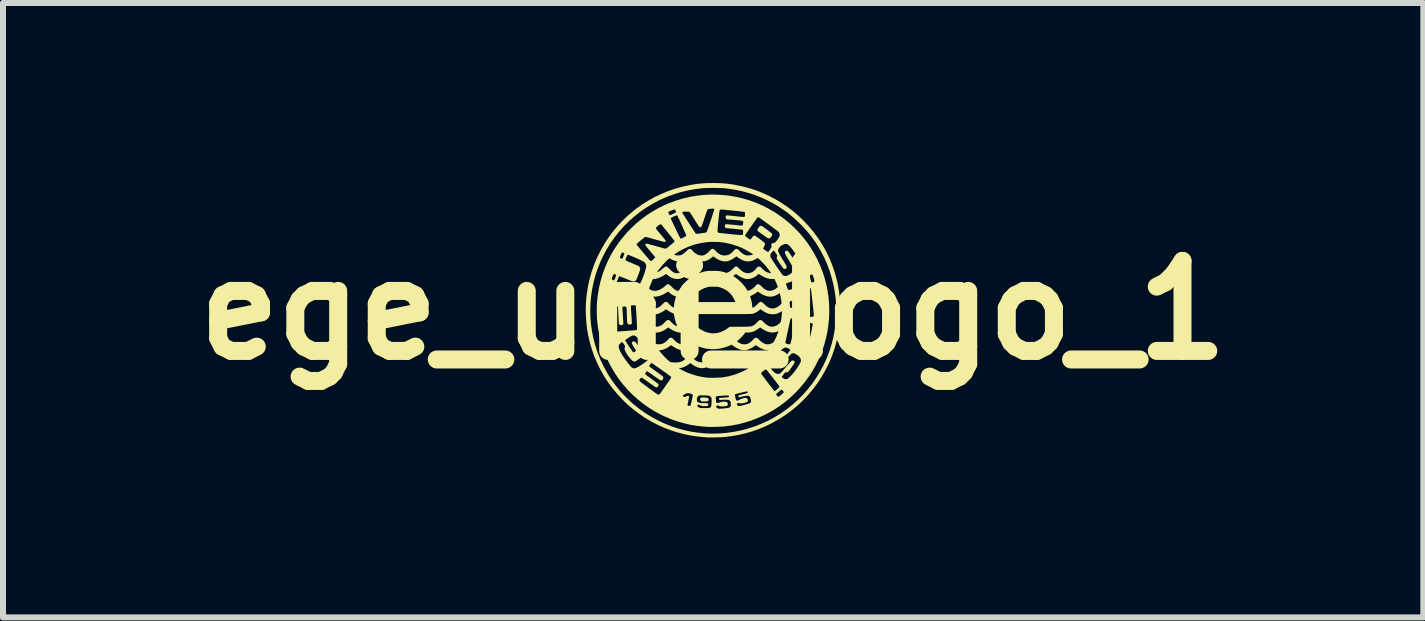
<source format=kicad_pcb>
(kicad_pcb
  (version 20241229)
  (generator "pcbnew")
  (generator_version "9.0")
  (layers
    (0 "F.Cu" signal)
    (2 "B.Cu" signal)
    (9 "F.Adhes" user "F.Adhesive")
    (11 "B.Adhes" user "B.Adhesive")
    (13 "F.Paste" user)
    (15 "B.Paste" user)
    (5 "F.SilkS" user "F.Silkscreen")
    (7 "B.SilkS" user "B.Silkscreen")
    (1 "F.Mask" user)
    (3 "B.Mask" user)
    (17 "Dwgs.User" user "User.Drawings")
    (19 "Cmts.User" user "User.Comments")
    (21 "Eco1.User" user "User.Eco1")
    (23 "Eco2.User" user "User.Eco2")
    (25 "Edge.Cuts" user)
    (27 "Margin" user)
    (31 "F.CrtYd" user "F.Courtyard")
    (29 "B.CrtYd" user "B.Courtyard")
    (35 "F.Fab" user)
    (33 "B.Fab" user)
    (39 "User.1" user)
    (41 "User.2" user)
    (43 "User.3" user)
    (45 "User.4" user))
  (footprint "ege_uni_logo_1"
    (layer "F.Cu")
    (at 8.836 2.12)
    (property "Reference" "ege_uni_logo_1" (at 0 0 0) (layer "F.SilkS") (effects (font (size 1.5 1.5) (thickness 0.3))))
    (attr board_only exclude_from_pos_files exclude_from_bom)
    (fp_poly (pts (xy -0.159 1.455) (xy -0.14 1.455) (xy -0.121 1.457) (xy -0.105 1.459) (xy -0.094 1.462) (xy -0.09 1.464) (xy -0.081 1.473) (xy -0.076 1.484) (xy -0.076 1.497) (xy -0.08 1.508) (xy -0.089 1.516) (xy -0.091 1.517) (xy -0.098 1.518) (xy -0.111 1.52) (xy -0.127 1.52) (xy -0.145 1.521) (xy -0.147 1.521) (xy -0.194 1.521) (xy -0.206 1.508) (xy -0.215 1.496) (xy -0.218 1.483) (xy -0.216 1.471) (xy -0.209 1.461) (xy -0.201 1.457) (xy -0.191 1.455) (xy -0.177 1.454)) (stroke (width 0) (type solid)) (fill yes) (layer "F.SilkS"))
    (fp_poly (pts (xy 0.801 -1.405) (xy 0.816 -1.4) (xy 0.825 -1.394) (xy 0.842 -1.383) (xy 0.86 -1.369) (xy 0.88 -1.355) (xy 0.9 -1.34) (xy 0.92 -1.325) (xy 0.938 -1.311) (xy 0.954 -1.298) (xy 0.967 -1.288) (xy 0.976 -1.28) (xy 0.979 -1.276) (xy 0.984 -1.262) (xy 0.982 -1.248) (xy 0.974 -1.232) (xy 0.968 -1.224) (xy 0.954 -1.208) (xy 0.941 -1.199) (xy 0.929 -1.195) (xy 0.916 -1.198) (xy 0.902 -1.205) (xy 0.898 -1.208) (xy 0.889 -1.214) (xy 0.877 -1.223) (xy 0.861 -1.234) (xy 0.843 -1.247) (xy 0.824 -1.26) (xy 0.805 -1.274) (xy 0.787 -1.287) (xy 0.771 -1.299) (xy 0.757 -1.309) (xy 0.747 -1.316) (xy 0.742 -1.32) (xy 0.742 -1.32) (xy 0.737 -1.329) (xy 0.738 -1.341) (xy 0.743 -1.356) (xy 0.754 -1.373) (xy 0.762 -1.385) (xy 0.77 -1.395) (xy 0.775 -1.401) (xy 0.776 -1.402) (xy 0.787 -1.406)) (stroke (width 0) (type solid)) (fill yes) (layer "F.SilkS"))
    (fp_poly (pts (xy 0.055 -2.119) (xy 0.106 -2.118) (xy 0.154 -2.115) (xy 0.199 -2.112) (xy 0.245 -2.107) (xy 0.292 -2.101) (xy 0.343 -2.093) (xy 0.364 -2.089) (xy 0.483 -2.065) (xy 0.6 -2.034) (xy 0.715 -1.997) (xy 0.827 -1.953) (xy 0.936 -1.903) (xy 1.042 -1.847) (xy 1.144 -1.785) (xy 1.243 -1.718) (xy 1.339 -1.645) (xy 1.43 -1.566) (xy 1.516 -1.482) (xy 1.598 -1.394) (xy 1.676 -1.3) (xy 1.748 -1.202) (xy 1.814 -1.099) (xy 1.82 -1.089) (xy 1.88 -0.984) (xy 1.933 -0.875) (xy 1.979 -0.765) (xy 2.019 -0.652) (xy 2.052 -0.537) (xy 2.079 -0.421) (xy 2.099 -0.303) (xy 2.113 -0.184) (xy 2.12 -0.065) (xy 2.12 0.054) (xy 2.114 0.174) (xy 2.101 0.293) (xy 2.081 0.411) (xy 2.054 0.528) (xy 2.021 0.644) (xy 1.981 0.759) (xy 1.973 0.78) (xy 1.924 0.893) (xy 1.869 1.002) (xy 1.808 1.108) (xy 1.742 1.21) (xy 1.669 1.308) (xy 1.592 1.401) (xy 1.509 1.49) (xy 1.421 1.575) (xy 1.328 1.654) (xy 1.23 1.728) (xy 1.128 1.796) (xy 1.093 1.817) (xy 0.987 1.877) (xy 0.878 1.931) (xy 0.765 1.978) (xy 0.65 2.019) (xy 0.533 2.053) (xy 0.413 2.08) (xy 0.29 2.101) (xy 0.17 2.115) (xy 0.154 2.116) (xy 0.133 2.117) (xy 0.107 2.118) (xy 0.079 2.118) (xy 0.048 2.119) (xy 0.018 2.12) (xy -0.012 2.12) (xy -0.04 2.12) (xy -0.063 2.12) (xy -0.083 2.12) (xy -0.093 2.12) (xy -0.191 2.112) (xy -0.284 2.102) (xy -0.374 2.088) (xy -0.461 2.071) (xy -0.469 2.069) (xy -0.587 2.039) (xy -0.704 2.002) (xy -0.817 1.959) (xy -0.927 1.909) (xy -1.035 1.853) (xy -1.138 1.792) (xy -1.238 1.724) (xy -1.334 1.651) (xy -1.426 1.573) (xy -1.513 1.489) (xy -1.596 1.4) (xy -1.674 1.307) (xy -1.747 1.209) (xy -1.814 1.106) (xy -1.824 1.089) (xy -1.883 0.984) (xy -1.936 0.875) (xy -1.983 0.765) (xy -2.022 0.652) (xy -2.056 0.537) (xy -2.083 0.42) (xy -2.103 0.303) (xy -2.116 0.184) (xy -2.123 0.065) (xy -2.124 0.003) (xy -2.049 0.003) (xy -2.046 0.121) (xy -2.036 0.239) (xy -2.019 0.356) (xy -1.996 0.472) (xy -1.965 0.587) (xy -1.928 0.701) (xy -1.917 0.731) (xy -1.872 0.84) (xy -1.821 0.947) (xy -1.763 1.052) (xy -1.699 1.153) (xy -1.629 1.25) (xy -1.558 1.338) (xy -1.54 1.359) (xy -1.517 1.383) (xy -1.492 1.41) (xy -1.464 1.438) (xy -1.435 1.467) (xy -1.406 1.495) (xy -1.379 1.521) (xy -1.353 1.545) (xy -1.331 1.565) (xy -1.324 1.571) (xy -1.229 1.646) (xy -1.131 1.715) (xy -1.029 1.778) (xy -0.925 1.835) (xy -0.817 1.886) (xy -0.708 1.93) (xy -0.596 1.968) (xy -0.482 1.999) (xy -0.367 2.024) (xy -0.25 2.041) (xy -0.133 2.053) (xy -0.015 2.057) (xy 0.102 2.054) (xy 0.225 2.044) (xy 0.346 2.027) (xy 0.465 2.003) (xy 0.581 1.972) (xy 0.695 1.935) (xy 0.807 1.891) (xy 0.916 1.841) (xy 1.023 1.783) (xy 1.127 1.72) (xy 1.132 1.716) (xy 1.23 1.647) (xy 1.323 1.573) (xy 1.412 1.493) (xy 1.496 1.408) (xy 1.575 1.319) (xy 1.649 1.226) (xy 1.717 1.128) (xy 1.779 1.026) (xy 1.836 0.921) (xy 1.886 0.813) (xy 1.909 0.757) (xy 1.944 0.662) (xy 1.973 0.567) (xy 1.998 0.471) (xy 2.018 0.372) (xy 2.034 0.269) (xy 2.042 0.206) (xy 2.044 0.181) (xy 2.046 0.151) (xy 2.047 0.115) (xy 2.048 0.077) (xy 2.048 0.037) (xy 2.049 -0.005) (xy 2.048 -0.046) (xy 2.048 -0.085) (xy 2.046 -0.121) (xy 2.045 -0.154) (xy 2.043 -0.18) (xy 2.042 -0.19) (xy 2.025 -0.313) (xy 2.002 -0.433) (xy 1.973 -0.548) (xy 1.939 -0.661) (xy 1.897 -0.77) (xy 1.85 -0.877) (xy 1.796 -0.981) (xy 1.736 -1.083) (xy 1.708 -1.127) (xy 1.664 -1.189) (xy 1.62 -1.249) (xy 1.572 -1.307) (xy 1.521 -1.364) (xy 1.464 -1.424) (xy 1.448 -1.44) (xy 1.367 -1.517) (xy 1.286 -1.587) (xy 1.202 -1.652) (xy 1.115 -1.711) (xy 1.024 -1.767) (xy 0.928 -1.818) (xy 0.893 -1.836) (xy 0.791 -1.882) (xy 0.688 -1.922) (xy 0.582 -1.956) (xy 0.474 -1.985) (xy 0.363 -2.008) (xy 0.247 -2.026) (xy 0.2 -2.031) (xy 0.178 -2.033) (xy 0.15 -2.035) (xy 0.117 -2.036) (xy 0.08 -2.037) (xy 0.041 -2.038) (xy 0.002 -2.038) (xy -0.038 -2.038) (xy -0.076 -2.037) (xy -0.111 -2.037) (xy -0.142 -2.036) (xy -0.168 -2.034) (xy -0.181 -2.033) (xy -0.303 -2.018) (xy -0.423 -1.996) (xy -0.539 -1.968) (xy -0.653 -1.933) (xy -0.764 -1.892) (xy -0.873 -1.845) (xy -0.903 -1.83) (xy -1.009 -1.774) (xy -1.111 -1.713) (xy -1.21 -1.645) (xy -1.304 -1.571) (xy -1.394 -1.492) (xy -1.479 -1.409) (xy -1.56 -1.32) (xy -1.635 -1.226) (xy -1.704 -1.128) (xy -1.715 -1.113) (xy -1.778 -1.01) (xy -1.834 -0.905) (xy -1.884 -0.798) (xy -1.927 -0.688) (xy -1.964 -0.576) (xy -1.994 -0.462) (xy -2.018 -0.347) (xy -2.035 -0.231) (xy -2.045 -0.114) (xy -2.049 0.003) (xy -2.124 0.003) (xy -2.124 -0.054) (xy -2.117 -0.174) (xy -2.104 -0.293) (xy -2.084 -0.411) (xy -2.058 -0.528) (xy -2.025 -0.644) (xy -1.984 -0.759) (xy -1.976 -0.78) (xy -1.927 -0.893) (xy -1.872 -1.003) (xy -1.811 -1.109) (xy -1.745 -1.211) (xy -1.672 -1.31) (xy -1.594 -1.403) (xy -1.51 -1.493) (xy -1.421 -1.578) (xy -1.326 -1.658) (xy -1.281 -1.693) (xy -1.182 -1.764) (xy -1.079 -1.828) (xy -0.973 -1.887) (xy -0.863 -1.939) (xy -0.751 -1.985) (xy -0.636 -2.025) (xy -0.519 -2.057) (xy -0.401 -2.083) (xy -0.368 -2.089) (xy -0.315 -2.098) (xy -0.267 -2.105) (xy -0.22 -2.11) (xy -0.175 -2.114) (xy -0.128 -2.117) (xy -0.079 -2.119) (xy -0.024 -2.119) (xy -0.002 -2.12)) (stroke (width 0) (type solid)) (fill yes) (layer "F.SilkS"))
    (fp_poly (pts (xy 0.077 -1.925) (xy 0.15 -1.921) (xy 0.266 -1.909) (xy 0.381 -1.889) (xy 0.494 -1.863) (xy 0.606 -1.83) (xy 0.715 -1.79) (xy 0.822 -1.744) (xy 0.926 -1.691) (xy 1.027 -1.632) (xy 1.059 -1.611) (xy 1.155 -1.544) (xy 1.246 -1.472) (xy 1.332 -1.395) (xy 1.413 -1.314) (xy 1.488 -1.229) (xy 1.558 -1.14) (xy 1.622 -1.047) (xy 1.68 -0.951) (xy 1.733 -0.852) (xy 1.78 -0.75) (xy 1.821 -0.646) (xy 1.856 -0.54) (xy 1.885 -0.431) (xy 1.907 -0.321) (xy 1.923 -0.209) (xy 1.932 -0.096) (xy 1.935 0.018) (xy 1.931 0.132) (xy 1.92 0.247) (xy 1.903 0.362) (xy 1.878 0.476) (xy 1.847 0.588) (xy 1.809 0.697) (xy 1.765 0.804) (xy 1.714 0.908) (xy 1.658 1.008) (xy 1.595 1.105) (xy 1.527 1.198) (xy 1.454 1.287) (xy 1.375 1.371) (xy 1.291 1.451) (xy 1.202 1.526) (xy 1.109 1.596) (xy 1.076 1.618) (xy 1.021 1.654) (xy 0.965 1.687) (xy 0.907 1.719) (xy 0.844 1.751) (xy 0.843 1.752) (xy 0.738 1.799) (xy 0.632 1.84) (xy 0.524 1.873) (xy 0.415 1.901) (xy 0.302 1.922) (xy 0.187 1.937) (xy 0.177 1.938) (xy 0.159 1.939) (xy 0.135 1.94) (xy 0.108 1.942) (xy 0.079 1.943) (xy 0.048 1.944) (xy 0.017 1.944) (xy -0.012 1.945) (xy -0.039 1.945) (xy -0.062 1.945) (xy -0.08 1.945) (xy -0.088 1.944) (xy -0.098 1.944) (xy -0.113 1.943) (xy -0.132 1.941) (xy -0.152 1.94) (xy -0.161 1.939) (xy -0.267 1.928) (xy -0.373 1.911) (xy -0.48 1.886) (xy -0.586 1.856) (xy -0.691 1.82) (xy -0.793 1.778) (xy -0.874 1.74) (xy -0.973 1.687) (xy -1.07 1.627) (xy -1.163 1.561) (xy -1.253 1.489) (xy -1.329 1.421) (xy -0.504 1.421) (xy -0.503 1.426) (xy -0.499 1.434) (xy -0.499 1.435) (xy -0.493 1.443) (xy -0.485 1.447) (xy -0.474 1.446) (xy -0.459 1.441) (xy -0.452 1.437) (xy -0.439 1.431) (xy -0.429 1.428) (xy -0.422 1.427) (xy -0.416 1.428) (xy -0.407 1.432) (xy -0.402 1.436) (xy -0.402 1.437) (xy -0.402 1.442) (xy -0.404 1.452) (xy -0.406 1.468) (xy -0.41 1.487) (xy -0.414 1.508) (xy -0.415 1.512) (xy -0.42 1.537) (xy -0.424 1.556) (xy -0.426 1.57) (xy -0.427 1.58) (xy -0.426 1.586) (xy -0.423 1.59) (xy -0.418 1.592) (xy -0.414 1.593) (xy -0.397 1.595) (xy -0.385 1.592) (xy -0.377 1.585) (xy -0.377 1.585) (xy -0.375 1.579) (xy -0.372 1.567) (xy -0.368 1.551) (xy -0.363 1.531) (xy -0.359 1.51) (xy -0.354 1.488) (xy -0.354 1.488) (xy -0.272 1.488) (xy -0.271 1.505) (xy -0.269 1.517) (xy -0.265 1.525) (xy -0.257 1.531) (xy -0.251 1.534) (xy -0.237 1.54) (xy -0.221 1.544) (xy -0.202 1.547) (xy -0.178 1.549) (xy -0.148 1.549) (xy -0.147 1.549) (xy -0.126 1.549) (xy -0.111 1.55) (xy -0.1 1.55) (xy -0.094 1.552) (xy -0.089 1.554) (xy -0.086 1.556) (xy -0.086 1.556) (xy -0.08 1.563) (xy -0.079 1.57) (xy -0.083 1.579) (xy -0.084 1.581) (xy -0.089 1.589) (xy -0.095 1.594) (xy -0.104 1.597) (xy -0.117 1.599) (xy -0.135 1.599) (xy -0.149 1.599) (xy -0.168 1.598) (xy -0.181 1.597) (xy -0.19 1.596) (xy -0.197 1.593) (xy -0.203 1.59) (xy -0.206 1.588) (xy -0.221 1.58) (xy -0.235 1.576) (xy -0.248 1.575) (xy -0.258 1.579) (xy -0.264 1.586) (xy -0.265 1.592) (xy -0.261 1.603) (xy -0.251 1.614) (xy -0.234 1.623) (xy -0.23 1.624) (xy -0.223 1.627) (xy -0.216 1.629) (xy -0.206 1.63) (xy -0.193 1.631) (xy -0.176 1.631) (xy -0.154 1.631) (xy -0.14 1.631) (xy -0.113 1.631) (xy -0.093 1.631) (xy -0.078 1.63) (xy -0.067 1.629) (xy -0.06 1.628) (xy -0.058 1.627) (xy -0.049 1.62) (xy -0.04 1.612) (xy -0.039 1.612) (xy -0.036 1.608) (xy -0.034 1.604) (xy -0.032 1.599) (xy -0.031 1.59) (xy -0.03 1.578) (xy -0.029 1.562) (xy -0.028 1.539) (xy -0.027 1.537) (xy -0.026 1.513) (xy -0.026 1.496) (xy -0.026 1.484) (xy -0.026 1.475) (xy -0.027 1.468) (xy -0.029 1.463) (xy -0.031 1.459) (xy 0.045 1.459) (xy 0.045 1.474) (xy 0.046 1.491) (xy 0.047 1.508) (xy 0.049 1.523) (xy 0.051 1.535) (xy 0.052 1.54) (xy 0.057 1.544) (xy 0.067 1.546) (xy 0.079 1.546) (xy 0.091 1.544) (xy 0.1 1.541) (xy 0.102 1.54) (xy 0.115 1.534) (xy 0.133 1.529) (xy 0.153 1.526) (xy 0.174 1.524) (xy 0.195 1.524) (xy 0.212 1.526) (xy 0.226 1.53) (xy 0.228 1.531) (xy 0.237 1.54) (xy 0.243 1.553) (xy 0.245 1.567) (xy 0.242 1.577) (xy 0.237 1.586) (xy 0.231 1.592) (xy 0.222 1.597) (xy 0.209 1.599) (xy 0.192 1.601) (xy 0.17 1.602) (xy 0.15 1.603) (xy 0.135 1.603) (xy 0.125 1.602) (xy 0.116 1.601) (xy 0.109 1.598) (xy 0.104 1.596) (xy 0.086 1.59) (xy 0.071 1.588) (xy 0.059 1.59) (xy 0.055 1.594) (xy 0.05 1.606) (xy 0.052 1.617) (xy 0.06 1.627) (xy 0.073 1.635) (xy 0.077 1.637) (xy 0.084 1.639) (xy 0.091 1.641) (xy 0.1 1.641) (xy 0.11 1.642) (xy 0.124 1.641) (xy 0.143 1.64) (xy 0.166 1.638) (xy 0.188 1.636) (xy 0.215 1.633) (xy 0.235 1.63) (xy 0.251 1.628) (xy 0.263 1.624) (xy 0.271 1.621) (xy 0.279 1.616) (xy 0.285 1.609) (xy 0.286 1.609) (xy 0.29 1.604) (xy 0.292 1.6) (xy 0.293 1.593) (xy 0.293 1.582) (xy 0.293 1.567) (xy 0.293 1.563) (xy 0.292 1.541) (xy 0.289 1.526) (xy 0.284 1.515) (xy 0.277 1.507) (xy 0.267 1.501) (xy 0.264 1.499) (xy 0.257 1.496) (xy 0.248 1.494) (xy 0.238 1.493) (xy 0.223 1.492) (xy 0.204 1.492) (xy 0.195 1.492) (xy 0.175 1.492) (xy 0.155 1.493) (xy 0.139 1.494) (xy 0.128 1.495) (xy 0.125 1.495) (xy 0.111 1.496) (xy 0.101 1.492) (xy 0.097 1.483) (xy 0.097 1.479) (xy 0.097 1.474) (xy 0.1 1.469) (xy 0.104 1.466) (xy 0.113 1.463) (xy 0.125 1.461) (xy 0.143 1.459) (xy 0.167 1.457) (xy 0.179 1.457) (xy 0.206 1.455) (xy 0.227 1.453) (xy 0.243 1.451) (xy 0.254 1.448) (xy 0.26 1.445) (xy 0.264 1.441) (xy 0.265 1.436) (xy 0.265 1.435) (xy 0.264 1.43) (xy 0.262 1.427) (xy 0.258 1.424) (xy 0.252 1.422) (xy 0.241 1.421) (xy 0.227 1.421) (xy 0.207 1.422) (xy 0.182 1.423) (xy 0.151 1.425) (xy 0.14 1.426) (xy 0.113 1.428) (xy 0.092 1.43) (xy 0.076 1.431) (xy 0.065 1.433) (xy 0.057 1.434) (xy 0.052 1.436) (xy 0.049 1.438) (xy 0.047 1.441) (xy 0.046 1.442) (xy 0.045 1.448) (xy 0.045 1.459) (xy -0.031 1.459) (xy -0.032 1.458) (xy -0.033 1.456) (xy -0.039 1.446) (xy -0.045 1.438) (xy -0.053 1.432) (xy -0.062 1.428) (xy -0.075 1.425) (xy -0.092 1.422) (xy -0.114 1.421) (xy -0.141 1.42) (xy -0.166 1.42) (xy -0.19 1.419) (xy -0.207 1.419) (xy -0.219 1.42) (xy -0.228 1.421) (xy -0.235 1.422) (xy -0.24 1.424) (xy -0.243 1.426) (xy -0.257 1.438) (xy -0.267 1.454) (xy -0.271 1.475) (xy -0.272 1.488) (xy -0.354 1.488) (xy -0.349 1.467) (xy -0.345 1.447) (xy -0.342 1.431) (xy -0.34 1.42) (xy -0.34 1.416) (xy 0.362 1.416) (xy 0.363 1.425) (xy 0.366 1.44) (xy 0.371 1.458) (xy 0.376 1.479) (xy 0.381 1.493) (xy 0.386 1.502) (xy 0.391 1.506) (xy 0.398 1.508) (xy 0.407 1.506) (xy 0.407 1.506) (xy 0.42 1.502) (xy 0.434 1.495) (xy 0.438 1.493) (xy 0.454 1.483) (xy 0.473 1.475) (xy 0.495 1.469) (xy 0.509 1.465) (xy 0.531 1.462) (xy 0.548 1.462) (xy 0.56 1.467) (xy 0.569 1.475) (xy 0.572 1.48) (xy 0.579 1.496) (xy 0.578 1.51) (xy 0.571 1.523) (xy 0.57 1.524) (xy 0.565 1.529) (xy 0.559 1.533) (xy 0.55 1.536) (xy 0.538 1.54) (xy 0.52 1.544) (xy 0.513 1.545) (xy 0.494 1.55) (xy 0.48 1.552) (xy 0.47 1.554) (xy 0.462 1.554) (xy 0.455 1.553) (xy 0.447 1.551) (xy 0.429 1.547) (xy 0.416 1.546) (xy 0.406 1.549) (xy 0.401 1.553) (xy 0.394 1.563) (xy 0.395 1.574) (xy 0.402 1.584) (xy 0.409 1.59) (xy 0.418 1.593) (xy 0.428 1.595) (xy 0.442 1.595) (xy 0.459 1.593) (xy 0.48 1.589) (xy 0.507 1.582) (xy 0.528 1.576) (xy 0.556 1.569) (xy 0.578 1.562) (xy 0.595 1.556) (xy 0.608 1.551) (xy 0.616 1.545) (xy 0.623 1.539) (xy 0.627 1.532) (xy 0.628 1.531) (xy 0.63 1.526) (xy 0.631 1.52) (xy 0.631 1.512) (xy 0.629 1.5) (xy 0.626 1.488) (xy 0.621 1.468) (xy 0.617 1.453) (xy 0.612 1.443) (xy 0.605 1.436) (xy 0.597 1.431) (xy 0.592 1.429) (xy 0.585 1.427) (xy 0.578 1.425) (xy 0.57 1.425) (xy 0.559 1.426) (xy 0.544 1.428) (xy 0.535 1.429) (xy 0.515 1.432) (xy 0.493 1.437) (xy 0.473 1.441) (xy 0.463 1.444) (xy 0.447 1.448) (xy 0.436 1.45) (xy 0.428 1.45) (xy 0.426 1.449) (xy 0.42 1.442) (xy 0.419 1.433) (xy 0.422 1.424) (xy 0.427 1.419) (xy 0.433 1.417) (xy 0.444 1.413) (xy 0.46 1.409) (xy 0.48 1.404) (xy 0.491 1.401) (xy 1.048 1.401) (xy 1.051 1.406) (xy 1.056 1.414) (xy 1.064 1.424) (xy 1.072 1.433) (xy 1.079 1.44) (xy 1.082 1.443) (xy 1.084 1.444) (xy 1.086 1.444) (xy 1.09 1.442) (xy 1.096 1.438) (xy 1.105 1.431) (xy 1.118 1.421) (xy 1.134 1.408) (xy 1.148 1.396) (xy 1.161 1.385) (xy 1.17 1.375) (xy 1.175 1.369) (xy 1.176 1.368) (xy 1.176 1.361) (xy 1.171 1.353) (xy 1.162 1.342) (xy 1.153 1.333) (xy 1.146 1.326) (xy 1.14 1.324) (xy 1.136 1.326) (xy 1.127 1.332) (xy 1.115 1.341) (xy 1.102 1.352) (xy 1.088 1.363) (xy 1.074 1.375) (xy 1.062 1.386) (xy 1.054 1.394) (xy 1.049 1.4) (xy 1.048 1.401) (xy 0.491 1.401) (xy 0.499 1.399) (xy 0.52 1.394) (xy 0.539 1.389) (xy 0.554 1.385) (xy 0.565 1.381) (xy 0.57 1.378) (xy 0.576 1.37) (xy 0.576 1.362) (xy 0.57 1.355) (xy 0.566 1.354) (xy 0.56 1.354) (xy 0.548 1.356) (xy 0.532 1.359) (xy 0.512 1.363) (xy 0.49 1.368) (xy 0.466 1.374) (xy 0.443 1.379) (xy 0.421 1.385) (xy 0.402 1.39) (xy 0.386 1.395) (xy 0.374 1.399) (xy 0.369 1.401) (xy 0.365 1.405) (xy 0.363 1.409) (xy 0.362 1.416) (xy -0.34 1.416) (xy -0.34 1.414) (xy -0.342 1.408) (xy -0.347 1.402) (xy -0.357 1.397) (xy -0.374 1.391) (xy -0.381 1.388) (xy -0.403 1.383) (xy -0.422 1.381) (xy -0.441 1.385) (xy -0.461 1.393) (xy -0.475 1.401) (xy -0.488 1.409) (xy -0.498 1.415) (xy -0.503 1.42) (xy -0.504 1.421) (xy -1.329 1.421) (xy -1.339 1.413) (xy -1.42 1.332) (xy -1.495 1.246) (xy -1.557 1.168) (xy -1.559 1.165) (xy -1.231 1.165) (xy -1.23 1.171) (xy -1.227 1.177) (xy -1.221 1.184) (xy -1.211 1.193) (xy -1.199 1.204) (xy -1.182 1.217) (xy -1.161 1.233) (xy -1.135 1.252) (xy -1.104 1.275) (xy -1.082 1.292) (xy -1.053 1.313) (xy -1.026 1.333) (xy -1 1.352) (xy -0.977 1.368) (xy -0.958 1.382) (xy -0.942 1.393) (xy -0.93 1.401) (xy -0.923 1.405) (xy -0.922 1.405) (xy -0.911 1.407) (xy -0.902 1.405) (xy -0.893 1.398) (xy -0.882 1.387) (xy -0.873 1.375) (xy -0.867 1.365) (xy -0.857 1.351) (xy -0.844 1.333) (xy -0.829 1.311) (xy -0.812 1.287) (xy -0.794 1.261) (xy -0.776 1.235) (xy -0.755 1.206) (xy -0.738 1.181) (xy -0.725 1.161) (xy -0.714 1.146) (xy -0.707 1.134) (xy -0.702 1.126) (xy -0.7 1.12) (xy -0.699 1.116) (xy -0.699 1.115) (xy -0.702 1.112) (xy -0.708 1.106) (xy -0.719 1.097) (xy -0.734 1.085) (xy -0.754 1.07) (xy -0.779 1.052) (xy -0.809 1.03) (xy -0.845 1.005) (xy -0.859 0.995) (xy -0.889 0.973) (xy -0.898 0.968) (xy -0.571 0.968) (xy -0.567 0.971) (xy -0.567 0.971) (xy -0.561 0.974) (xy -0.551 0.98) (xy -0.537 0.988) (xy -0.521 0.997) (xy -0.519 0.998) (xy -0.44 1.036) (xy -0.357 1.067) (xy -0.272 1.093) (xy -0.184 1.112) (xy -0.118 1.122) (xy -0.094 1.124) (xy -0.064 1.125) (xy -0.03 1.126) (xy 0.006 1.126) (xy 0.043 1.125) (xy 0.08 1.124) (xy 0.114 1.122) (xy 0.145 1.12) (xy 0.171 1.117) (xy 0.174 1.117) (xy 0.262 1.1) (xy 0.348 1.077) (xy 0.411 1.054) (xy 0.799 1.054) (xy 0.801 1.061) (xy 0.802 1.062) (xy 0.811 1.074) (xy 0.823 1.091) (xy 0.838 1.11) (xy 0.854 1.132) (xy 0.872 1.155) (xy 0.89 1.18) (xy 0.909 1.205) (xy 0.928 1.229) (xy 0.946 1.253) (xy 0.963 1.275) (xy 0.978 1.295) (xy 0.991 1.312) (xy 1.001 1.325) (xy 1.007 1.334) (xy 1.01 1.337) (xy 1.016 1.343) (xy 1.023 1.345) (xy 1.031 1.343) (xy 1.042 1.337) (xy 1.055 1.326) (xy 1.065 1.318) (xy 1.082 1.303) (xy 1.093 1.293) (xy 1.099 1.284) (xy 1.103 1.278) (xy 1.103 1.271) (xy 1.101 1.266) (xy 1.098 1.261) (xy 1.091 1.251) (xy 1.08 1.237) (xy 1.067 1.22) (xy 1.052 1.2) (xy 1.035 1.178) (xy 1.017 1.155) (xy 0.998 1.13) (xy 0.979 1.106) (xy 0.96 1.082) (xy 0.942 1.06) (xy 0.926 1.039) (xy 0.911 1.021) (xy 0.899 1.006) (xy 0.89 0.995) (xy 0.884 0.989) (xy 0.883 0.987) (xy 0.877 0.987) (xy 0.871 0.989) (xy 0.864 0.993) (xy 0.853 1) (xy 0.839 1.01) (xy 0.835 1.014) (xy 0.818 1.027) (xy 0.806 1.038) (xy 0.8 1.047) (xy 0.799 1.054) (xy 0.411 1.054) (xy 0.429 1.048) (xy 0.437 1.044) (xy 0.454 1.037) (xy 0.474 1.028) (xy 0.495 1.018) (xy 0.517 1.008) (xy 0.537 0.997) (xy 0.556 0.988) (xy 0.572 0.98) (xy 0.582 0.974) (xy 0.586 0.971) (xy 0.589 0.968) (xy 0.588 0.966) (xy 0.581 0.966) (xy 0.562 0.964) (xy 0.539 0.957) (xy 0.513 0.948) (xy 0.504 0.944) (xy 0.957 0.944) (xy 0.959 0.959) (xy 0.959 0.961) (xy 0.966 0.976) (xy 0.977 0.993) (xy 0.992 1.011) (xy 1.01 1.027) (xy 1.028 1.042) (xy 1.046 1.053) (xy 1.06 1.059) (xy 1.079 1.062) (xy 1.099 1.06) (xy 1.117 1.053) (xy 1.118 1.053) (xy 1.123 1.049) (xy 1.131 1.04) (xy 1.144 1.026) (xy 1.159 1.01) (xy 1.176 0.99) (xy 1.194 0.969) (xy 1.213 0.946) (xy 1.233 0.923) (xy 1.252 0.902) (xy 1.268 0.883) (xy 1.283 0.866) (xy 1.294 0.854) (xy 1.302 0.845) (xy 1.306 0.842) (xy 1.316 0.839) (xy 1.327 0.837) (xy 1.328 0.837) (xy 1.342 0.84) (xy 1.351 0.848) (xy 1.356 0.86) (xy 1.356 0.867) (xy 1.355 0.872) (xy 1.354 0.878) (xy 1.351 0.885) (xy 1.346 0.893) (xy 1.339 0.905) (xy 1.328 0.92) (xy 1.315 0.94) (xy 1.307 0.951) (xy 1.292 0.971) (xy 1.279 0.99) (xy 1.267 1.006) (xy 1.257 1.018) (xy 1.25 1.026) (xy 1.248 1.028) (xy 1.237 1.033) (xy 1.222 1.035) (xy 1.219 1.035) (xy 1.2 1.035) (xy 1.173 1.07) (xy 1.162 1.084) (xy 1.153 1.096) (xy 1.147 1.106) (xy 1.145 1.111) (xy 1.145 1.111) (xy 1.149 1.12) (xy 1.158 1.128) (xy 1.17 1.136) (xy 1.185 1.143) (xy 1.199 1.148) (xy 1.213 1.15) (xy 1.218 1.15) (xy 1.229 1.146) (xy 1.241 1.142) (xy 1.242 1.141) (xy 1.249 1.136) (xy 1.261 1.126) (xy 1.275 1.112) (xy 1.291 1.096) (xy 1.308 1.079) (xy 1.324 1.061) (xy 1.339 1.043) (xy 1.344 1.038) (xy 1.362 1.015) (xy 1.38 0.99) (xy 1.398 0.965) (xy 1.414 0.94) (xy 1.429 0.916) (xy 1.442 0.894) (xy 1.452 0.875) (xy 1.459 0.86) (xy 1.462 0.851) (xy 1.462 0.837) (xy 1.459 0.819) (xy 1.458 0.815) (xy 1.454 0.804) (xy 1.45 0.795) (xy 1.443 0.786) (xy 1.434 0.775) (xy 1.426 0.767) (xy 1.405 0.749) (xy 1.384 0.735) (xy 1.373 0.729) (xy 1.355 0.721) (xy 1.34 0.717) (xy 1.327 0.717) (xy 1.315 0.72) (xy 1.31 0.722) (xy 1.3 0.729) (xy 1.287 0.741) (xy 1.27 0.758) (xy 1.251 0.778) (xy 1.23 0.802) (xy 1.207 0.828) (xy 1.184 0.856) (xy 1.16 0.886) (xy 1.143 0.908) (xy 1.13 0.926) (xy 1.118 0.939) (xy 1.109 0.946) (xy 1.1 0.95) (xy 1.091 0.951) (xy 1.085 0.95) (xy 1.071 0.945) (xy 1.062 0.935) (xy 1.059 0.92) (xy 1.059 0.919) (xy 1.062 0.904) (xy 1.069 0.886) (xy 1.082 0.864) (xy 1.099 0.838) (xy 1.122 0.807) (xy 1.141 0.784) (xy 1.159 0.763) (xy 1.174 0.748) (xy 1.187 0.738) (xy 1.198 0.733) (xy 1.208 0.734) (xy 1.218 0.738) (xy 1.219 0.739) (xy 1.222 0.74) (xy 1.225 0.74) (xy 1.229 0.737) (xy 1.235 0.731) (xy 1.243 0.721) (xy 1.255 0.705) (xy 1.255 0.705) (xy 1.266 0.69) (xy 1.275 0.678) (xy 1.281 0.668) (xy 1.284 0.663) (xy 1.284 0.662) (xy 1.282 0.657) (xy 1.274 0.65) (xy 1.263 0.642) (xy 1.251 0.635) (xy 1.243 0.631) (xy 1.224 0.624) (xy 1.206 0.622) (xy 1.188 0.626) (xy 1.17 0.636) (xy 1.15 0.651) (xy 1.129 0.673) (xy 1.126 0.676) (xy 1.094 0.713) (xy 1.065 0.75) (xy 1.038 0.785) (xy 1.015 0.819) (xy 0.995 0.85) (xy 0.979 0.878) (xy 0.967 0.902) (xy 0.96 0.923) (xy 0.959 0.926) (xy 0.957 0.944) (xy 0.504 0.944) (xy 0.486 0.935) (xy 0.459 0.92) (xy 0.434 0.904) (xy 0.431 0.902) (xy 0.403 0.881) (xy 0.374 0.902) (xy 0.35 0.919) (xy 0.323 0.934) (xy 0.296 0.947) (xy 0.27 0.957) (xy 0.257 0.96) (xy 0.228 0.965) (xy 0.196 0.966) (xy 0.166 0.962) (xy 0.157 0.961) (xy 0.138 0.955) (xy 0.115 0.945) (xy 0.091 0.933) (xy 0.066 0.92) (xy 0.045 0.906) (xy 0.037 0.9) (xy 0.011 0.881) (xy -0.016 0.901) (xy -0.052 0.925) (xy -0.089 0.944) (xy -0.127 0.957) (xy -0.163 0.965) (xy -0.186 0.966) (xy -0.219 0.963) (xy -0.254 0.954) (xy -0.29 0.939) (xy -0.326 0.92) (xy -0.353 0.901) (xy -0.38 0.881) (xy -0.406 0.9) (xy -0.429 0.917) (xy -0.456 0.931) (xy -0.483 0.945) (xy -0.51 0.955) (xy -0.535 0.962) (xy -0.556 0.966) (xy -0.562 0.966) (xy -0.57 0.966) (xy -0.571 0.968) (xy -0.898 0.968) (xy -0.918 0.953) (xy -0.944 0.935) (xy -0.968 0.919) (xy -0.988 0.905) (xy -1.004 0.894) (xy -1.016 0.886) (xy -1.023 0.882) (xy -1.025 0.881) (xy -1.03 0.882) (xy -1.035 0.886) (xy -1.043 0.894) (xy -1.051 0.905) (xy -1.059 0.917) (xy -1.065 0.927) (xy -1.067 0.934) (xy -1.067 0.935) (xy -1.064 0.938) (xy -1.056 0.945) (xy -1.043 0.954) (xy -1.026 0.967) (xy -1.006 0.981) (xy -0.984 0.997) (xy -0.96 1.014) (xy -0.935 1.032) (xy -0.912 1.049) (xy -0.89 1.064) (xy -0.872 1.078) (xy -0.857 1.089) (xy -0.847 1.097) (xy -0.842 1.101) (xy -0.833 1.112) (xy -0.83 1.125) (xy -0.834 1.14) (xy -0.841 1.153) (xy -0.847 1.163) (xy -0.853 1.168) (xy -0.86 1.17) (xy -0.865 1.17) (xy -0.869 1.17) (xy -0.872 1.17) (xy -0.875 1.169) (xy -0.879 1.168) (xy -0.884 1.166) (xy -0.891 1.161) (xy -0.9 1.155) (xy -0.912 1.147) (xy -0.928 1.136) (xy -0.948 1.122) (xy -0.973 1.105) (xy -1.002 1.084) (xy -1.031 1.064) (xy -1.055 1.047) (xy -1.074 1.035) (xy -1.088 1.026) (xy -1.098 1.02) (xy -1.104 1.018) (xy -1.106 1.018) (xy -1.112 1.022) (xy -1.119 1.031) (xy -1.126 1.042) (xy -1.132 1.053) (xy -1.134 1.061) (xy -1.134 1.062) (xy -1.133 1.065) (xy -1.128 1.07) (xy -1.119 1.078) (xy -1.105 1.088) (xy -1.088 1.102) (xy -1.065 1.118) (xy -1.037 1.139) (xy -1.024 1.148) (xy -0.993 1.17) (xy -0.969 1.188) (xy -0.949 1.203) (xy -0.934 1.215) (xy -0.923 1.224) (xy -0.916 1.23) (xy -0.912 1.235) (xy -0.911 1.237) (xy -0.911 1.247) (xy -0.915 1.259) (xy -0.922 1.272) (xy -0.93 1.281) (xy -0.934 1.283) (xy -0.944 1.286) (xy -0.952 1.286) (xy -0.957 1.283) (xy -0.967 1.277) (xy -0.981 1.268) (xy -0.999 1.256) (xy -1.02 1.241) (xy -1.044 1.225) (xy -1.069 1.207) (xy -1.073 1.204) (xy -1.104 1.182) (xy -1.13 1.164) (xy -1.151 1.149) (xy -1.167 1.139) (xy -1.179 1.131) (xy -1.188 1.126) (xy -1.193 1.124) (xy -1.195 1.124) (xy -1.204 1.128) (xy -1.214 1.139) (xy -1.217 1.143) (xy -1.222 1.15) (xy -1.226 1.155) (xy -1.229 1.16) (xy -1.231 1.165) (xy -1.559 1.165) (xy -1.625 1.071) (xy -1.686 0.971) (xy -1.741 0.868) (xy -1.79 0.762) (xy -1.832 0.653) (xy -1.849 0.597) (xy -1.575 0.597) (xy -1.575 0.614) (xy -1.57 0.634) (xy -1.56 0.663) (xy -1.545 0.696) (xy -1.524 0.733) (xy -1.498 0.774) (xy -1.468 0.818) (xy -1.432 0.866) (xy -1.395 0.912) (xy -1.381 0.93) (xy -1.371 0.942) (xy -1.362 0.951) (xy -1.355 0.957) (xy -1.348 0.961) (xy -1.341 0.964) (xy -1.339 0.964) (xy -1.323 0.969) (xy -1.308 0.968) (xy -1.291 0.964) (xy -1.284 0.961) (xy -1.264 0.952) (xy -1.24 0.939) (xy -1.214 0.923) (xy -1.187 0.905) (xy -1.16 0.886) (xy -1.135 0.868) (xy -1.113 0.85) (xy -1.096 0.835) (xy -1.095 0.834) (xy -1.079 0.815) (xy -1.07 0.794) (xy -1.068 0.773) (xy -1.069 0.76) (xy -1.075 0.745) (xy -1.084 0.725) (xy -1.096 0.702) (xy -1.111 0.676) (xy -1.114 0.67) (xy -0.902 0.67) (xy -0.9 0.673) (xy -0.896 0.678) (xy -0.889 0.687) (xy -0.879 0.698) (xy -0.873 0.707) (xy -0.855 0.728) (xy -0.836 0.75) (xy -0.815 0.772) (xy -0.795 0.793) (xy -0.775 0.813) (xy -0.756 0.83) (xy -0.739 0.845) (xy -0.725 0.856) (xy -0.715 0.863) (xy -0.711 0.864) (xy -0.689 0.868) (xy -0.663 0.87) (xy -0.635 0.871) (xy -0.607 0.87) (xy -0.581 0.869) (xy -0.559 0.865) (xy -0.551 0.863) (xy -0.528 0.856) (xy -0.508 0.845) (xy -0.487 0.831) (xy -0.465 0.812) (xy -0.454 0.801) (xy -0.438 0.785) (xy -0.426 0.774) (xy -0.417 0.766) (xy -0.409 0.762) (xy -0.402 0.759) (xy -0.394 0.759) (xy -0.39 0.759) (xy -0.384 0.759) (xy -0.379 0.76) (xy -0.373 0.763) (xy -0.366 0.769) (xy -0.356 0.778) (xy -0.343 0.791) (xy -0.337 0.797) (xy -0.315 0.819) (xy -0.295 0.835) (xy -0.276 0.847) (xy -0.258 0.856) (xy -0.237 0.863) (xy -0.232 0.864) (xy -0.201 0.869) (xy -0.171 0.867) (xy -0.143 0.86) (xy -0.114 0.846) (xy -0.086 0.825) (xy -0.063 0.803) (xy -0.046 0.787) (xy -0.034 0.775) (xy -0.024 0.767) (xy -0.016 0.762) (xy -0.009 0.76) (xy -0.002 0.759) (xy 0.002 0.759) (xy 0.015 0.761) (xy 0.029 0.768) (xy 0.042 0.78) (xy 0.053 0.793) (xy 0.077 0.818) (xy 0.104 0.839) (xy 0.134 0.855) (xy 0.166 0.865) (xy 0.198 0.869) (xy 0.202 0.869) (xy 0.233 0.866) (xy 0.266 0.856) (xy 0.283 0.849) (xy 0.295 0.842) (xy 0.307 0.835) (xy 0.319 0.826) (xy 0.333 0.813) (xy 0.344 0.801) (xy 0.357 0.788) (xy 0.369 0.777) (xy 0.379 0.768) (xy 0.385 0.763) (xy 0.386 0.762) (xy 0.394 0.76) (xy 0.405 0.759) (xy 0.408 0.759) (xy 0.414 0.759) (xy 0.419 0.76) (xy 0.425 0.763) (xy 0.432 0.769) (xy 0.442 0.778) (xy 0.456 0.791) (xy 0.463 0.797) (xy 0.48 0.814) (xy 0.494 0.826) (xy 0.507 0.836) (xy 0.519 0.844) (xy 0.533 0.851) (xy 0.535 0.852) (xy 0.567 0.868) (xy 0.622 0.869) (xy 0.658 0.869) (xy 0.69 0.867) (xy 0.716 0.864) (xy 0.737 0.859) (xy 0.742 0.857) (xy 0.751 0.852) (xy 0.762 0.842) (xy 0.777 0.829) (xy 0.795 0.812) (xy 0.814 0.792) (xy 0.834 0.772) (xy 0.854 0.75) (xy 0.873 0.728) (xy 0.891 0.707) (xy 0.907 0.687) (xy 0.92 0.671) (xy 0.918 0.668) (xy 0.91 0.667) (xy 0.899 0.666) (xy 0.879 0.664) (xy 0.854 0.658) (xy 0.828 0.65) (xy 0.804 0.64) (xy 0.796 0.636) (xy 0.783 0.629) (xy 0.767 0.62) (xy 0.752 0.61) (xy 0.737 0.601) (xy 0.725 0.593) (xy 0.717 0.587) (xy 0.716 0.585) (xy 0.713 0.583) (xy 0.708 0.584) (xy 0.701 0.589) (xy 0.689 0.596) (xy 0.683 0.602) (xy 0.658 0.618) (xy 0.632 0.633) (xy 0.604 0.646) (xy 0.579 0.656) (xy 0.566 0.66) (xy 0.538 0.665) (xy 0.508 0.666) (xy 0.479 0.663) (xy 0.456 0.658) (xy 0.433 0.65) (xy 0.407 0.638) (xy 0.379 0.623) (xy 0.353 0.607) (xy 0.335 0.595) (xy 0.307 0.574) (xy 0.278 0.588) (xy 0.219 0.612) (xy 0.157 0.63) (xy 0.093 0.643) (xy 0.028 0.649) (xy -0.038 0.648) (xy -0.103 0.642) (xy -0.134 0.637) (xy -0.159 0.631) (xy -0.187 0.623) (xy -0.215 0.614) (xy -0.241 0.605) (xy -0.264 0.596) (xy -0.275 0.59) (xy -0.288 0.585) (xy -0.295 0.582) (xy -0.301 0.582) (xy -0.304 0.584) (xy -0.342 0.611) (xy -0.379 0.632) (xy -0.412 0.649) (xy -0.443 0.659) (xy -0.445 0.66) (xy -0.459 0.663) (xy -0.477 0.665) (xy -0.495 0.666) (xy -0.499 0.666) (xy -0.534 0.663) (xy -0.569 0.655) (xy -0.605 0.641) (xy -0.642 0.621) (xy -0.671 0.603) (xy -0.686 0.593) (xy -0.696 0.587) (xy -0.702 0.584) (xy -0.706 0.584) (xy -0.709 0.586) (xy -0.717 0.593) (xy -0.729 0.602) (xy -0.744 0.613) (xy -0.761 0.623) (xy -0.778 0.633) (xy -0.786 0.637) (xy -0.821 0.652) (xy -0.853 0.662) (xy -0.882 0.666) (xy -0.883 0.666) (xy -0.895 0.667) (xy -0.901 0.668) (xy -0.902 0.67) (xy -1.114 0.67) (xy -1.128 0.648) (xy -1.147 0.618) (xy -1.166 0.589) (xy -1.186 0.559) (xy -1.207 0.531) (xy -1.227 0.505) (xy -1.245 0.481) (xy -1.263 0.46) (xy -1.278 0.444) (xy -1.291 0.432) (xy -1.299 0.427) (xy -1.31 0.423) (xy -1.325 0.421) (xy -1.331 0.421) (xy -1.338 0.421) (xy -1.345 0.422) (xy -1.351 0.424) (xy -1.359 0.427) (xy -1.37 0.433) (xy -1.384 0.442) (xy -1.403 0.454) (xy -1.409 0.457) (xy -1.428 0.47) (xy -1.444 0.481) (xy -1.457 0.49) (xy -1.464 0.497) (xy -1.467 0.5) (xy -1.465 0.504) (xy -1.46 0.514) (xy -1.451 0.528) (xy -1.441 0.545) (xy -1.428 0.564) (xy -1.415 0.585) (xy -1.401 0.606) (xy -1.387 0.627) (xy -1.373 0.647) (xy -1.361 0.665) (xy -1.351 0.679) (xy -1.343 0.69) (xy -1.338 0.696) (xy -1.337 0.697) (xy -1.328 0.7) (xy -1.322 0.701) (xy -1.316 0.699) (xy -1.308 0.693) (xy -1.299 0.685) (xy -1.292 0.678) (xy -1.288 0.672) (xy -1.288 0.671) (xy -1.29 0.667) (xy -1.295 0.658) (xy -1.303 0.645) (xy -1.313 0.629) (xy -1.322 0.614) (xy -1.336 0.591) (xy -1.346 0.573) (xy -1.353 0.56) (xy -1.356 0.549) (xy -1.356 0.541) (xy -1.353 0.534) (xy -1.349 0.53) (xy -1.337 0.522) (xy -1.323 0.52) (xy -1.309 0.523) (xy -1.307 0.524) (xy -1.298 0.53) (xy -1.287 0.543) (xy -1.273 0.561) (xy -1.256 0.583) (xy -1.238 0.61) (xy -1.219 0.64) (xy -1.199 0.673) (xy -1.19 0.688) (xy -1.181 0.703) (xy -1.175 0.715) (xy -1.172 0.724) (xy -1.17 0.733) (xy -1.17 0.741) (xy -1.171 0.753) (xy -1.173 0.763) (xy -1.174 0.766) (xy -1.179 0.77) (xy -1.188 0.777) (xy -1.2 0.786) (xy -1.215 0.797) (xy -1.232 0.809) (xy -1.249 0.821) (xy -1.265 0.832) (xy -1.278 0.841) (xy -1.289 0.848) (xy -1.295 0.851) (xy -1.309 0.855) (xy -1.324 0.853) (xy -1.34 0.846) (xy -1.348 0.84) (xy -1.376 0.813) (xy -1.403 0.78) (xy -1.429 0.745) (xy -1.451 0.709) (xy -1.462 0.689) (xy -1.471 0.668) (xy -1.476 0.652) (xy -1.477 0.638) (xy -1.475 0.624) (xy -1.472 0.617) (xy -1.469 0.606) (xy -1.469 0.597) (xy -1.469 0.596) (xy -1.473 0.589) (xy -1.479 0.578) (xy -1.488 0.566) (xy -1.497 0.554) (xy -1.506 0.543) (xy -1.513 0.534) (xy -1.519 0.53) (xy -1.52 0.53) (xy -1.524 0.532) (xy -1.533 0.538) (xy -1.543 0.548) (xy -1.547 0.552) (xy -1.562 0.568) (xy -1.571 0.583) (xy -1.575 0.597) (xy -1.849 0.597) (xy -1.867 0.542) (xy -1.895 0.428) (xy -1.917 0.312) (xy -1.932 0.194) (xy -1.934 0.177) (xy -1.936 0.148) (xy -1.938 0.113) (xy -1.939 0.075) (xy -1.94 0.035) (xy -1.94 -0.006) (xy -1.94 -0.046) (xy -1.94 -0.049) (xy -1.666 -0.049) (xy -1.666 -0.038) (xy -1.665 -0.035) (xy -1.665 -0.027) (xy -1.664 -0.014) (xy -1.662 0.005) (xy -1.661 0.029) (xy -1.659 0.057) (xy -1.656 0.089) (xy -1.654 0.123) (xy -1.651 0.158) (xy -1.651 0.164) (xy -1.648 0.206) (xy -1.646 0.241) (xy -1.643 0.269) (xy -1.642 0.293) (xy -1.64 0.311) (xy -1.638 0.326) (xy -1.637 0.336) (xy -1.636 0.343) (xy -1.634 0.348) (xy -1.633 0.351) (xy -1.632 0.352) (xy -1.628 0.355) (xy -1.622 0.357) (xy -1.612 0.357) (xy -1.603 0.356) (xy -1.594 0.355) (xy -1.579 0.354) (xy -1.558 0.353) (xy -1.534 0.351) (xy -1.506 0.349) (xy -1.477 0.347) (xy -1.456 0.345) (xy -1.426 0.343) (xy -1.397 0.341) (xy -1.377 0.34) (xy -1.07 0.34) (xy -1.068 0.347) (xy -1.065 0.36) (xy -1.059 0.376) (xy -1.052 0.395) (xy -1.044 0.417) (xy -1.04 0.427) (xy -1.035 0.438) (xy -1.028 0.453) (xy -1.02 0.469) (xy -1.012 0.487) (xy -1.003 0.505) (xy -0.995 0.521) (xy -0.988 0.535) (xy -0.983 0.545) (xy -0.98 0.551) (xy -0.979 0.551) (xy -0.976 0.552) (xy -0.967 0.555) (xy -0.956 0.559) (xy -0.954 0.56) (xy -0.94 0.565) (xy -0.928 0.567) (xy -0.915 0.568) (xy -0.899 0.568) (xy -0.896 0.568) (xy -0.868 0.565) (xy -0.846 0.559) (xy -0.844 0.558) (xy -0.822 0.548) (xy -0.798 0.533) (xy -0.777 0.515) (xy -0.759 0.497) (xy -0.756 0.493) (xy -0.74 0.476) (xy -0.726 0.464) (xy -0.712 0.459) (xy -0.705 0.458) (xy -0.698 0.458) (xy -0.691 0.46) (xy -0.683 0.465) (xy -0.674 0.472) (xy -0.662 0.483) (xy -0.647 0.498) (xy -0.644 0.501) (xy -0.628 0.516) (xy -0.616 0.528) (xy -0.604 0.537) (xy -0.592 0.544) (xy -0.578 0.551) (xy -0.563 0.559) (xy -0.552 0.563) (xy -0.542 0.566) (xy -0.531 0.567) (xy -0.517 0.567) (xy -0.51 0.567) (xy -0.493 0.567) (xy -0.481 0.566) (xy -0.471 0.564) (xy -0.461 0.56) (xy -0.448 0.555) (xy -0.447 0.554) (xy -0.433 0.547) (xy -0.419 0.539) (xy -0.409 0.532) (xy -0.407 0.531) (xy -0.395 0.52) (xy -0.396 0.519) (xy 0.401 0.519) (xy 0.404 0.525) (xy 0.413 0.532) (xy 0.427 0.541) (xy 0.457 0.557) (xy 0.49 0.566) (xy 0.522 0.569) (xy 0.555 0.564) (xy 0.558 0.564) (xy 0.577 0.558) (xy 0.595 0.55) (xy 0.611 0.54) (xy 0.628 0.526) (xy 0.648 0.508) (xy 0.655 0.5) (xy 0.674 0.482) (xy 0.69 0.468) (xy 0.704 0.46) (xy 0.716 0.458) (xy 0.727 0.46) (xy 0.74 0.468) (xy 0.755 0.481) (xy 0.768 0.494) (xy 0.798 0.522) (xy 0.826 0.543) (xy 0.853 0.557) (xy 0.881 0.566) (xy 0.908 0.569) (xy 0.909 0.569) (xy 0.933 0.566) (xy 0.959 0.559) (xy 0.983 0.549) (xy 0.992 0.544) (xy 0.999 0.539) (xy 1.001 0.538) (xy 1.203 0.538) (xy 1.203 0.544) (xy 1.206 0.549) (xy 1.208 0.551) (xy 1.215 0.555) (xy 1.227 0.559) (xy 1.241 0.564) (xy 1.256 0.567) (xy 1.268 0.569) (xy 1.272 0.569) (xy 1.281 0.566) (xy 1.286 0.561) (xy 1.288 0.556) (xy 1.291 0.544) (xy 1.295 0.528) (xy 1.301 0.506) (xy 1.307 0.481) (xy 1.313 0.453) (xy 1.32 0.423) (xy 1.322 0.417) (xy 1.33 0.383) (xy 1.337 0.352) (xy 1.343 0.326) (xy 1.349 0.305) (xy 1.353 0.289) (xy 1.356 0.279) (xy 1.358 0.276) (xy 1.367 0.271) (xy 1.379 0.271) (xy 1.393 0.273) (xy 1.405 0.279) (xy 1.413 0.287) (xy 1.416 0.292) (xy 1.415 0.298) (xy 1.413 0.311) (xy 1.41 0.331) (xy 1.405 0.357) (xy 1.398 0.388) (xy 1.389 0.426) (xy 1.389 0.429) (xy 1.382 0.458) (xy 1.376 0.486) (xy 1.371 0.51) (xy 1.367 0.531) (xy 1.364 0.547) (xy 1.362 0.558) (xy 1.362 0.563) (xy 1.366 0.567) (xy 1.376 0.572) (xy 1.39 0.576) (xy 1.405 0.58) (xy 1.417 0.582) (xy 1.427 0.583) (xy 1.432 0.58) (xy 1.434 0.577) (xy 1.436 0.572) (xy 1.439 0.561) (xy 1.443 0.544) (xy 1.448 0.523) (xy 1.453 0.499) (xy 1.459 0.472) (xy 1.463 0.452) (xy 1.471 0.417) (xy 1.477 0.388) (xy 1.482 0.364) (xy 1.487 0.346) (xy 1.49 0.332) (xy 1.493 0.322) (xy 1.495 0.315) (xy 1.497 0.31) (xy 1.498 0.307) (xy 1.5 0.306) (xy 1.502 0.304) (xy 1.503 0.304) (xy 1.514 0.301) (xy 1.527 0.302) (xy 1.539 0.306) (xy 1.548 0.313) (xy 1.551 0.317) (xy 1.552 0.321) (xy 1.552 0.326) (xy 1.552 0.332) (xy 1.551 0.342) (xy 1.549 0.354) (xy 1.546 0.37) (xy 1.542 0.39) (xy 1.536 0.416) (xy 1.529 0.448) (xy 1.524 0.468) (xy 1.518 0.497) (xy 1.511 0.525) (xy 1.506 0.549) (xy 1.502 0.571) (xy 1.498 0.587) (xy 1.496 0.599) (xy 1.496 0.604) (xy 1.496 0.611) (xy 1.499 0.617) (xy 1.506 0.621) (xy 1.517 0.625) (xy 1.53 0.629) (xy 1.546 0.634) (xy 1.557 0.636) (xy 1.564 0.636) (xy 1.57 0.634) (xy 1.574 0.63) (xy 1.58 0.623) (xy 1.581 0.619) (xy 1.582 0.615) (xy 1.584 0.605) (xy 1.587 0.589) (xy 1.592 0.568) (xy 1.597 0.542) (xy 1.603 0.513) (xy 1.61 0.481) (xy 1.617 0.446) (xy 1.621 0.427) (xy 1.629 0.391) (xy 1.636 0.357) (xy 1.642 0.325) (xy 1.647 0.297) (xy 1.652 0.273) (xy 1.655 0.254) (xy 1.658 0.24) (xy 1.659 0.232) (xy 1.659 0.23) (xy 1.654 0.222) (xy 1.65 0.218) (xy 1.645 0.217) (xy 1.633 0.214) (xy 1.617 0.209) (xy 1.596 0.204) (xy 1.572 0.198) (xy 1.545 0.191) (xy 1.516 0.184) (xy 1.486 0.177) (xy 1.455 0.17) (xy 1.425 0.163) (xy 1.396 0.156) (xy 1.37 0.15) (xy 1.346 0.145) (xy 1.326 0.14) (xy 1.311 0.137) (xy 1.301 0.135) (xy 1.297 0.135) (xy 1.292 0.139) (xy 1.289 0.146) (xy 1.287 0.151) (xy 1.284 0.163) (xy 1.28 0.18) (xy 1.275 0.202) (xy 1.27 0.228) (xy 1.263 0.258) (xy 1.256 0.291) (xy 1.248 0.325) (xy 1.247 0.333) (xy 1.239 0.368) (xy 1.232 0.401) (xy 1.225 0.433) (xy 1.219 0.461) (xy 1.214 0.485) (xy 1.21 0.504) (xy 1.207 0.518) (xy 1.205 0.526) (xy 1.205 0.527) (xy 1.203 0.538) (xy 1.001 0.538) (xy 1.005 0.534) (xy 1.01 0.527) (xy 1.016 0.518) (xy 1.023 0.505) (xy 1.032 0.486) (xy 1.032 0.486) (xy 1.042 0.464) (xy 1.053 0.44) (xy 1.063 0.416) (xy 1.072 0.393) (xy 1.08 0.373) (xy 1.085 0.357) (xy 1.086 0.355) (xy 1.087 0.349) (xy 1.086 0.348) (xy 1.079 0.351) (xy 1.077 0.352) (xy 1.062 0.359) (xy 1.041 0.364) (xy 1.019 0.369) (xy 0.998 0.372) (xy 0.986 0.372) (xy 0.954 0.369) (xy 0.919 0.361) (xy 0.882 0.347) (xy 0.846 0.329) (xy 0.811 0.307) (xy 0.782 0.287) (xy 0.773 0.294) (xy 0.756 0.307) (xy 0.735 0.32) (xy 0.714 0.333) (xy 0.694 0.344) (xy 0.677 0.352) (xy 0.673 0.354) (xy 0.641 0.364) (xy 0.613 0.37) (xy 0.584 0.372) (xy 0.569 0.371) (xy 0.538 0.369) (xy 0.519 0.394) (xy 0.486 0.433) (xy 0.449 0.471) (xy 0.426 0.492) (xy 0.412 0.504) (xy 0.404 0.512) (xy 0.401 0.519) (xy -0.396 0.519) (xy -0.427 0.494) (xy -0.448 0.475) (xy -0.471 0.452) (xy -0.494 0.428) (xy -0.513 0.405) (xy -0.526 0.389) (xy -0.533 0.379) (xy -0.539 0.374) (xy -0.546 0.372) (xy -0.555 0.372) (xy -0.579 0.37) (xy -0.607 0.363) (xy -0.637 0.352) (xy -0.668 0.338) (xy -0.699 0.32) (xy -0.721 0.307) (xy -0.749 0.287) (xy -0.778 0.308) (xy -0.816 0.333) (xy -0.855 0.352) (xy -0.892 0.365) (xy -0.929 0.371) (xy -0.946 0.372) (xy -0.961 0.372) (xy -0.976 0.37) (xy -0.99 0.367) (xy -1.007 0.362) (xy -1.026 0.355) (xy -1.05 0.346) (xy -1.069 0.338) (xy -1.07 0.34) (xy -1.377 0.34) (xy -1.371 0.339) (xy -1.347 0.338) (xy -1.329 0.336) (xy -1.315 0.335) (xy -1.31 0.335) (xy -1.297 0.334) (xy -1.287 0.333) (xy -1.282 0.333) (xy -1.277 0.33) (xy -1.272 0.323) (xy -1.272 0.322) (xy -1.271 0.32) (xy -1.27 0.316) (xy -1.27 0.31) (xy -1.269 0.302) (xy -1.269 0.291) (xy -1.27 0.277) (xy -1.27 0.258) (xy -1.271 0.235) (xy -1.273 0.207) (xy -1.274 0.173) (xy -1.277 0.133) (xy -1.277 0.122) (xy -1.279 0.084) (xy -1.282 0.049) (xy -1.283 0.022) (xy -1.126 0.022) (xy -1.125 0.048) (xy -1.124 0.061) (xy -1.122 0.079) (xy -1.12 0.1) (xy -1.118 0.121) (xy -1.118 0.125) (xy -1.112 0.177) (xy -1.096 0.196) (xy -1.071 0.221) (xy -1.044 0.242) (xy -1.016 0.259) (xy -0.988 0.27) (xy -0.987 0.27) (xy -0.962 0.274) (xy -0.937 0.274) (xy -0.913 0.27) (xy -0.892 0.264) (xy -0.873 0.256) (xy -0.855 0.245) (xy -0.836 0.23) (xy -0.814 0.21) (xy -0.808 0.203) (xy -0.77 0.165) (xy -0.751 0.165) (xy -0.732 0.165) (xy -0.7 0.198) (xy -0.678 0.219) (xy -0.659 0.236) (xy -0.642 0.248) (xy -0.625 0.258) (xy -0.617 0.261) (xy -0.607 0.265) (xy -0.601 0.268) (xy -0.6 0.268) (xy -0.6 0.265) (xy -0.603 0.257) (xy -0.608 0.245) (xy -0.61 0.239) (xy -0.631 0.18) (xy -0.646 0.116) (xy -0.648 0.102) (xy -0.651 0.085) (xy -0.653 0.073) (xy -0.383 0.073) (xy -0.382 0.084) (xy -0.378 0.099) (xy -0.373 0.118) (xy -0.367 0.136) (xy -0.361 0.153) (xy -0.358 0.159) (xy -0.336 0.2) (xy -0.307 0.239) (xy -0.272 0.274) (xy -0.232 0.306) (xy -0.188 0.333) (xy -0.14 0.356) (xy -0.118 0.364) (xy -0.1 0.37) (xy -0.082 0.375) (xy -0.065 0.378) (xy -0.063 0.379) (xy -0.049 0.381) (xy -0.036 0.383) (xy -0.029 0.384) (xy -0.018 0.385) (xy -0.002 0.385) (xy 0.017 0.384) (xy 0.037 0.383) (xy 0.055 0.381) (xy 0.071 0.378) (xy 0.074 0.378) (xy 0.122 0.364) (xy 0.169 0.345) (xy 0.215 0.319) (xy 0.261 0.286) (xy 0.265 0.283) (xy 0.267 0.281) (xy 0.27 0.28) (xy 0.274 0.278) (xy 0.28 0.278) (xy 0.288 0.277) (xy 0.299 0.276) (xy 0.314 0.276) (xy 0.334 0.276) (xy 0.358 0.276) (xy 0.388 0.275) (xy 0.425 0.275) (xy 0.438 0.275) (xy 0.48 0.275) (xy 0.516 0.275) (xy 0.546 0.275) (xy 0.57 0.274) (xy 0.591 0.273) (xy 0.607 0.272) (xy 0.621 0.27) (xy 0.633 0.268) (xy 0.643 0.266) (xy 0.652 0.262) (xy 0.661 0.258) (xy 0.67 0.253) (xy 0.684 0.245) (xy 0.701 0.232) (xy 0.72 0.214) (xy 0.73 0.203) (xy 0.769 0.165) (xy 0.787 0.165) (xy 0.806 0.165) (xy 0.839 0.199) (xy 0.871 0.227) (xy 0.9 0.249) (xy 0.93 0.265) (xy 0.959 0.273) (xy 0.987 0.275) (xy 1.016 0.27) (xy 1.046 0.259) (xy 1.047 0.259) (xy 1.062 0.251) (xy 1.078 0.24) (xy 1.094 0.228) (xy 1.108 0.216) (xy 1.119 0.205) (xy 1.124 0.196) (xy 1.127 0.188) (xy 1.13 0.175) (xy 1.133 0.158) (xy 1.135 0.139) (xy 1.138 0.117) (xy 1.141 0.095) (xy 1.143 0.074) (xy 1.144 0.055) (xy 1.145 0.039) (xy 1.146 0.026) (xy 1.145 0.019) (xy 1.144 0.018) (xy 1.14 0.02) (xy 1.132 0.024) (xy 1.121 0.03) (xy 1.121 0.03) (xy 1.107 0.038) (xy 1.09 0.046) (xy 1.073 0.053) (xy 1.07 0.054) (xy 1.057 0.059) (xy 1.046 0.062) (xy 1.036 0.064) (xy 1.025 0.065) (xy 1.01 0.066) (xy 0.991 0.066) (xy 0.971 0.066) (xy 0.956 0.065) (xy 0.944 0.064) (xy 0.934 0.062) (xy 0.924 0.059) (xy 0.916 0.056) (xy 0.888 0.044) (xy 0.858 0.029) (xy 0.83 0.012) (xy 0.81 -0.001) (xy 0.789 -0.017) (xy 0.776 -0.006) (xy 0.746 0.017) (xy 0.713 0.037) (xy 0.68 0.052) (xy 0.666 0.058) (xy 0.663 0.058) (xy 0.659 0.059) (xy 0.655 0.06) (xy 0.65 0.061) (xy 0.643 0.061) (xy 0.634 0.062) (xy 0.623 0.062) (xy 0.61 0.063) (xy 0.594 0.063) (xy 0.574 0.063) (xy 0.551 0.064) (xy 0.523 0.064) (xy 0.492 0.064) (xy 0.455 0.064) (xy 0.414 0.064) (xy 0.367 0.064) (xy 0.314 0.064) (xy 0.255 0.064) (xy 0.19 0.064) (xy 0.131 0.064) (xy -0.383 0.064) (xy -0.383 0.073) (xy -0.653 0.073) (xy -0.654 0.071) (xy -0.656 0.062) (xy -0.657 0.058) (xy -0.657 0.058) (xy -0.66 0.056) (xy -0.669 0.052) (xy -0.681 0.047) (xy -0.685 0.045) (xy -0.705 0.035) (xy -0.726 0.024) (xy -0.747 0.011) (xy -0.766 -0.002) (xy -0.774 -0.008) (xy -0.785 -0.017) (xy -0.813 0.004) (xy -0.838 0.021) (xy -0.865 0.036) (xy -0.892 0.049) (xy -0.918 0.059) (xy -0.93 0.063) (xy -0.947 0.066) (xy -0.965 0.067) (xy -0.987 0.067) (xy -0.991 0.067) (xy -1.014 0.065) (xy -1.034 0.062) (xy -1.053 0.057) (xy -1.073 0.049) (xy -1.097 0.037) (xy -1.097 0.037) (xy -1.126 0.022) (xy -1.283 0.022) (xy -1.284 0.016) (xy -1.286 -0.012) (xy -1.287 -0.036) (xy -1.289 -0.055) (xy -1.29 -0.068) (xy -1.291 -0.074) (xy -1.292 -0.075) (xy -1.294 -0.078) (xy -1.298 -0.081) (xy -1.306 -0.082) (xy -1.318 -0.082) (xy -1.329 -0.082) (xy -1.34 -0.082) (xy -1.349 -0.083) (xy -1.356 -0.082) (xy -1.362 -0.08) (xy -1.366 -0.076) (xy -1.369 -0.07) (xy -1.371 -0.061) (xy -1.371 -0.047) (xy -1.371 -0.03) (xy -1.369 -0.007) (xy -1.367 0.021) (xy -1.365 0.055) (xy -1.363 0.075) (xy -1.36 0.116) (xy -1.358 0.151) (xy -1.357 0.179) (xy -1.356 0.2) (xy -1.355 0.215) (xy -1.356 0.223) (xy -1.356 0.226) (xy -1.363 0.232) (xy -1.368 0.234) (xy -1.389 0.238) (xy -1.405 0.238) (xy -1.417 0.235) (xy -1.425 0.228) (xy -1.428 0.223) (xy -1.43 0.22) (xy -1.431 0.214) (xy -1.433 0.206) (xy -1.434 0.195) (xy -1.435 0.18) (xy -1.436 0.161) (xy -1.437 0.136) (xy -1.438 0.105) (xy -1.439 0.081) (xy -1.44 0.045) (xy -1.441 0.016) (xy -1.442 -0.007) (xy -1.444 -0.025) (xy -1.445 -0.039) (xy -1.448 -0.048) (xy -1.451 -0.055) (xy -1.455 -0.058) (xy -1.46 -0.06) (xy -1.467 -0.061) (xy -1.475 -0.061) (xy -1.482 -0.061) (xy -1.496 -0.06) (xy -1.505 -0.058) (xy -1.51 -0.055) (xy -1.511 -0.053) (xy -1.512 -0.048) (xy -1.513 -0.041) (xy -1.512 -0.03) (xy -1.512 -0.016) (xy -1.511 0.004) (xy -1.509 0.028) (xy -1.507 0.059) (xy -1.505 0.088) (xy -1.503 0.128) (xy -1.501 0.16) (xy -1.499 0.186) (xy -1.498 0.206) (xy -1.498 0.22) (xy -1.499 0.229) (xy -1.499 0.233) (xy -1.507 0.241) (xy -1.518 0.247) (xy -1.53 0.25) (xy -1.533 0.25) (xy -1.548 0.248) (xy -1.561 0.24) (xy -1.569 0.23) (xy -1.571 0.226) (xy -1.572 0.219) (xy -1.573 0.207) (xy -1.574 0.188) (xy -1.575 0.166) (xy -1.577 0.14) (xy -1.578 0.111) (xy -1.58 0.08) (xy -1.58 0.079) (xy -1.582 0.044) (xy -1.583 0.015) (xy -1.584 -0.008) (xy -1.585 -0.025) (xy -1.586 -0.039) (xy -1.588 -0.048) (xy -1.589 -0.055) (xy -1.59 -0.059) (xy -1.592 -0.062) (xy -1.592 -0.062) (xy -1.596 -0.065) (xy -1.601 -0.067) (xy -1.61 -0.067) (xy -1.623 -0.066) (xy -1.628 -0.066) (xy -1.645 -0.064) (xy -1.657 -0.061) (xy -1.663 -0.056) (xy -1.666 -0.049) (xy -1.94 -0.049) (xy -1.939 -0.083) (xy -1.938 -0.1) (xy -1.122 -0.1) (xy -1.121 -0.094) (xy -1.116 -0.089) (xy -1.107 -0.081) (xy -1.103 -0.077) (xy -1.072 -0.055) (xy -1.041 -0.039) (xy -1.011 -0.031) (xy -0.98 -0.029) (xy -0.948 -0.034) (xy -0.947 -0.034) (xy -0.924 -0.042) (xy -0.903 -0.052) (xy -0.882 -0.065) (xy -0.861 -0.084) (xy -0.848 -0.097) (xy -0.832 -0.113) (xy -0.82 -0.124) (xy -0.811 -0.132) (xy -0.803 -0.137) (xy -0.796 -0.139) (xy -0.788 -0.14) (xy -0.786 -0.14) (xy -0.779 -0.139) (xy -0.773 -0.137) (xy -0.765 -0.132) (xy -0.756 -0.125) (xy -0.744 -0.113) (xy -0.73 -0.098) (xy -0.713 -0.083) (xy -0.697 -0.068) (xy -0.681 -0.056) (xy -0.667 -0.047) (xy -0.661 -0.045) (xy -0.658 -0.045) (xy -0.656 -0.049) (xy -0.655 -0.059) (xy -0.653 -0.072) (xy -0.65 -0.103) (xy -0.644 -0.136) (xy -0.372 -0.136) (xy -0.002 -0.136) (xy 0.368 -0.136) (xy 0.363 -0.151) (xy 0.359 -0.162) (xy 0.352 -0.176) (xy 0.345 -0.191) (xy 0.345 -0.191) (xy 0.32 -0.233) (xy 0.616 -0.233) (xy 0.617 -0.224) (xy 0.622 -0.21) (xy 0.623 -0.207) (xy 0.631 -0.178) (xy 0.639 -0.146) (xy 0.645 -0.114) (xy 0.649 -0.084) (xy 0.65 -0.072) (xy 0.651 -0.059) (xy 0.653 -0.048) (xy 0.654 -0.042) (xy 0.654 -0.041) (xy 0.659 -0.042) (xy 0.667 -0.045) (xy 0.676 -0.049) (xy 0.689 -0.057) (xy 0.704 -0.069) (xy 0.722 -0.085) (xy 0.732 -0.095) (xy 0.748 -0.111) (xy 0.76 -0.123) (xy 0.77 -0.131) (xy 0.778 -0.136) (xy 0.785 -0.139) (xy 0.792 -0.139) (xy 0.795 -0.14) (xy 0.802 -0.139) (xy 0.809 -0.137) (xy 0.816 -0.132) (xy 0.825 -0.125) (xy 0.837 -0.114) (xy 0.853 -0.099) (xy 0.857 -0.095) (xy 0.884 -0.07) (xy 0.911 -0.051) (xy 0.938 -0.038) (xy 0.95 -0.034) (xy 0.971 -0.03) (xy 0.996 -0.029) (xy 1.02 -0.033) (xy 1.031 -0.036) (xy 1.055 -0.045) (xy 1.079 -0.059) (xy 1.103 -0.076) (xy 1.123 -0.095) (xy 1.132 -0.106) (xy 1.141 -0.117) (xy 1.139 -0.13) (xy 1.274 -0.13) (xy 1.274 -0.12) (xy 1.275 -0.108) (xy 1.276 -0.099) (xy 1.278 -0.078) (xy 1.28 -0.063) (xy 1.282 -0.053) (xy 1.283 -0.051) (xy 1.286 -0.046) (xy 1.29 -0.043) (xy 1.294 -0.04) (xy 1.301 -0.039) (xy 1.31 -0.038) (xy 1.322 -0.038) (xy 1.338 -0.039) (xy 1.359 -0.041) (xy 1.386 -0.044) (xy 1.419 -0.048) (xy 1.422 -0.048) (xy 1.457 -0.052) (xy 1.486 -0.055) (xy 1.509 -0.057) (xy 1.526 -0.058) (xy 1.54 -0.058) (xy 1.55 -0.058) (xy 1.557 -0.056) (xy 1.562 -0.053) (xy 1.565 -0.05) (xy 1.567 -0.047) (xy 1.568 -0.042) (xy 1.57 -0.031) (xy 1.572 -0.015) (xy 1.574 0.005) (xy 1.576 0.024) (xy 1.578 0.051) (xy 1.58 0.071) (xy 1.583 0.085) (xy 1.585 0.096) (xy 1.588 0.103) (xy 1.591 0.107) (xy 1.595 0.111) (xy 1.595 0.111) (xy 1.602 0.112) (xy 1.614 0.113) (xy 1.629 0.112) (xy 1.644 0.111) (xy 1.657 0.108) (xy 1.666 0.106) (xy 1.666 0.105) (xy 1.673 0.098) (xy 1.677 0.091) (xy 1.677 0.086) (xy 1.676 0.074) (xy 1.675 0.057) (xy 1.673 0.034) (xy 1.67 0.007) (xy 1.667 -0.024) (xy 1.663 -0.059) (xy 1.659 -0.096) (xy 1.655 -0.135) (xy 1.655 -0.139) (xy 1.649 -0.185) (xy 1.645 -0.224) (xy 1.641 -0.257) (xy 1.638 -0.284) (xy 1.635 -0.307) (xy 1.633 -0.325) (xy 1.631 -0.339) (xy 1.629 -0.349) (xy 1.627 -0.357) (xy 1.626 -0.362) (xy 1.624 -0.365) (xy 1.623 -0.366) (xy 1.619 -0.37) (xy 1.613 -0.371) (xy 1.604 -0.372) (xy 1.591 -0.371) (xy 1.589 -0.371) (xy 1.57 -0.369) (xy 1.557 -0.367) (xy 1.548 -0.365) (xy 1.543 -0.362) (xy 1.541 -0.358) (xy 1.54 -0.355) (xy 1.54 -0.349) (xy 1.54 -0.337) (xy 1.542 -0.32) (xy 1.544 -0.3) (xy 1.547 -0.278) (xy 1.547 -0.275) (xy 1.55 -0.249) (xy 1.553 -0.228) (xy 1.554 -0.213) (xy 1.553 -0.202) (xy 1.552 -0.194) (xy 1.549 -0.189) (xy 1.544 -0.185) (xy 1.541 -0.183) (xy 1.536 -0.182) (xy 1.524 -0.18) (xy 1.507 -0.177) (xy 1.486 -0.175) (xy 1.461 -0.172) (xy 1.433 -0.169) (xy 1.41 -0.167) (xy 1.375 -0.163) (xy 1.346 -0.16) (xy 1.324 -0.158) (xy 1.306 -0.155) (xy 1.293 -0.152) (xy 1.284 -0.149) (xy 1.279 -0.144) (xy 1.276 -0.138) (xy 1.274 -0.13) (xy 1.139 -0.13) (xy 1.134 -0.163) (xy 1.132 -0.181) (xy 1.128 -0.2) (xy 1.125 -0.22) (xy 1.121 -0.239) (xy 1.117 -0.256) (xy 1.114 -0.27) (xy 1.112 -0.279) (xy 1.111 -0.282) (xy 1.108 -0.281) (xy 1.1 -0.277) (xy 1.088 -0.27) (xy 1.079 -0.265) (xy 1.039 -0.245) (xy 1.001 -0.232) (xy 0.964 -0.226) (xy 0.927 -0.227) (xy 0.889 -0.234) (xy 0.859 -0.244) (xy 0.828 -0.258) (xy 0.796 -0.276) (xy 0.766 -0.295) (xy 0.763 -0.297) (xy 0.745 -0.311) (xy 0.718 -0.291) (xy 0.707 -0.283) (xy 0.692 -0.274) (xy 0.676 -0.265) (xy 0.659 -0.255) (xy 0.643 -0.247) (xy 0.63 -0.241) (xy 0.62 -0.237) (xy 0.617 -0.236) (xy 0.616 -0.233) (xy 0.32 -0.233) (xy 0.319 -0.235) (xy 0.287 -0.275) (xy 0.251 -0.309) (xy 0.21 -0.339) (xy 0.164 -0.362) (xy 0.116 -0.38) (xy 0.108 -0.382) (xy 0.096 -0.385) (xy 0.085 -0.388) (xy 0.074 -0.389) (xy 0.061 -0.39) (xy 0.046 -0.391) (xy 0.026 -0.391) (xy 0.002 -0.391) (xy -0.023 -0.391) (xy -0.043 -0.391) (xy -0.058 -0.39) (xy -0.07 -0.389) (xy -0.081 -0.388) (xy -0.092 -0.385) (xy -0.105 -0.382) (xy -0.154 -0.365) (xy -0.2 -0.343) (xy -0.242 -0.315) (xy -0.28 -0.283) (xy -0.313 -0.247) (xy -0.314 -0.246) (xy -0.325 -0.23) (xy -0.337 -0.21) (xy -0.349 -0.189) (xy -0.359 -0.169) (xy -0.366 -0.152) (xy -0.366 -0.151) (xy -0.372 -0.136) (xy -0.644 -0.136) (xy -0.644 -0.138) (xy -0.636 -0.172) (xy -0.628 -0.201) (xy -0.624 -0.214) (xy -0.621 -0.224) (xy -0.62 -0.23) (xy -0.62 -0.23) (xy -0.623 -0.232) (xy -0.632 -0.235) (xy -0.642 -0.238) (xy -0.673 -0.251) (xy -0.704 -0.271) (xy -0.728 -0.291) (xy -0.751 -0.311) (xy -0.773 -0.297) (xy -0.809 -0.275) (xy -0.846 -0.257) (xy -0.883 -0.242) (xy -0.919 -0.232) (xy -0.952 -0.227) (xy -0.957 -0.226) (xy -0.979 -0.226) (xy -1 -0.228) (xy -1.021 -0.232) (xy -1.045 -0.239) (xy -1.071 -0.25) (xy -1.094 -0.26) (xy -1.096 -0.257) (xy -1.099 -0.249) (xy -1.102 -0.235) (xy -1.106 -0.217) (xy -1.11 -0.196) (xy -1.113 -0.173) (xy -1.116 -0.15) (xy -1.118 -0.134) (xy -1.12 -0.12) (xy -1.122 -0.109) (xy -1.122 -0.107) (xy -1.122 -0.1) (xy -1.938 -0.1) (xy -1.937 -0.116) (xy -1.936 -0.138) (xy -1.923 -0.257) (xy -1.906 -0.356) (xy -1.068 -0.356) (xy -1.064 -0.351) (xy -1.055 -0.346) (xy -1.042 -0.339) (xy -1.028 -0.333) (xy -1.015 -0.328) (xy -1.012 -0.328) (xy -0.988 -0.323) (xy -0.964 -0.323) (xy -0.937 -0.327) (xy -0.901 -0.338) (xy -0.865 -0.356) (xy -0.829 -0.38) (xy -0.796 -0.408) (xy -0.784 -0.419) (xy -0.775 -0.427) (xy -0.768 -0.431) (xy -0.761 -0.433) (xy -0.755 -0.433) (xy -0.743 -0.432) (xy -0.734 -0.43) (xy -0.733 -0.429) (xy -0.728 -0.425) (xy -0.719 -0.417) (xy -0.707 -0.406) (xy -0.694 -0.393) (xy -0.686 -0.385) (xy -0.663 -0.363) (xy -0.643 -0.347) (xy -0.625 -0.335) (xy -0.608 -0.327) (xy -0.592 -0.323) (xy -0.591 -0.323) (xy -0.578 -0.321) (xy -0.55 -0.364) (xy -0.51 -0.419) (xy -0.465 -0.469) (xy -0.415 -0.514) (xy -0.38 -0.54) (xy -0.368 -0.549) (xy -0.358 -0.557) (xy -0.352 -0.562) (xy -0.351 -0.564) (xy -0.354 -0.567) (xy -0.357 -0.57) (xy 0.333 -0.57) (xy 0.363 -0.55) (xy 0.401 -0.522) (xy 0.439 -0.49) (xy 0.475 -0.455) (xy 0.507 -0.419) (xy 0.536 -0.382) (xy 0.559 -0.347) (xy 0.561 -0.343) (xy 0.571 -0.325) (xy 0.586 -0.327) (xy 0.607 -0.332) (xy 0.629 -0.343) (xy 0.652 -0.357) (xy 0.674 -0.373) (xy 0.693 -0.391) (xy 0.702 -0.403) (xy 0.717 -0.42) (xy 0.733 -0.43) (xy 0.75 -0.433) (xy 0.758 -0.432) (xy 0.765 -0.43) (xy 0.773 -0.426) (xy 0.782 -0.419) (xy 0.793 -0.408) (xy 0.809 -0.393) (xy 0.812 -0.39) (xy 0.843 -0.362) (xy 0.873 -0.342) (xy 0.904 -0.329) (xy 0.934 -0.323) (xy 0.964 -0.324) (xy 0.981 -0.328) (xy 1.012 -0.34) (xy 1.042 -0.358) (xy 1.06 -0.372) (xy 1.079 -0.389) (xy 1.068 -0.415) (xy 1.062 -0.43) (xy 1.059 -0.438) (xy 1.213 -0.438) (xy 1.214 -0.433) (xy 1.218 -0.423) (xy 1.222 -0.409) (xy 1.228 -0.393) (xy 1.234 -0.377) (xy 1.24 -0.362) (xy 1.245 -0.35) (xy 1.249 -0.343) (xy 1.25 -0.341) (xy 1.256 -0.337) (xy 1.26 -0.336) (xy 1.265 -0.337) (xy 1.276 -0.341) (xy 1.292 -0.345) (xy 1.313 -0.352) (xy 1.338 -0.36) (xy 1.366 -0.369) (xy 1.396 -0.378) (xy 1.421 -0.387) (xy 1.453 -0.397) (xy 1.483 -0.407) (xy 1.511 -0.416) (xy 1.534 -0.424) (xy 1.554 -0.431) (xy 1.569 -0.436) (xy 1.579 -0.439) (xy 1.582 -0.44) (xy 1.587 -0.444) (xy 1.59 -0.45) (xy 1.59 -0.459) (xy 1.587 -0.473) (xy 1.582 -0.491) (xy 1.579 -0.499) (xy 1.572 -0.521) (xy 1.565 -0.536) (xy 1.559 -0.547) (xy 1.553 -0.552) (xy 1.547 -0.554) (xy 1.545 -0.555) (xy 1.539 -0.553) (xy 1.528 -0.55) (xy 1.512 -0.545) (xy 1.492 -0.539) (xy 1.468 -0.532) (xy 1.441 -0.523) (xy 1.413 -0.514) (xy 1.384 -0.504) (xy 1.355 -0.495) (xy 1.327 -0.485) (xy 1.3 -0.476) (xy 1.276 -0.468) (xy 1.255 -0.461) (xy 1.238 -0.455) (xy 1.225 -0.45) (xy 1.219 -0.448) (xy 1.218 -0.447) (xy 1.214 -0.442) (xy 1.213 -0.438) (xy 1.059 -0.438) (xy 1.055 -0.448) (xy 1.046 -0.467) (xy 1.039 -0.482) (xy 1.02 -0.522) (xy 0.992 -0.52) (xy 0.955 -0.521) (xy 0.915 -0.528) (xy 0.873 -0.542) (xy 0.829 -0.563) (xy 0.786 -0.588) (xy 0.758 -0.605) (xy 0.743 -0.592) (xy 0.711 -0.566) (xy 0.676 -0.545) (xy 0.638 -0.53) (xy 0.623 -0.526) (xy 0.593 -0.52) (xy 0.563 -0.52) (xy 0.533 -0.524) (xy 0.501 -0.534) (xy 0.467 -0.549) (xy 0.449 -0.559) (xy 0.43 -0.569) (xy 0.413 -0.58) (xy 0.404 -0.587) (xy 0.38 -0.605) (xy 0.357 -0.587) (xy 0.333 -0.57) (xy -0.357 -0.57) (xy -0.362 -0.574) (xy -0.373 -0.582) (xy -0.378 -0.586) (xy -0.404 -0.605) (xy -0.43 -0.585) (xy -0.459 -0.566) (xy -0.491 -0.548) (xy -0.523 -0.534) (xy -0.551 -0.525) (xy -0.588 -0.52) (xy -0.625 -0.521) (xy -0.662 -0.53) (xy -0.7 -0.545) (xy -0.737 -0.568) (xy -0.762 -0.587) (xy -0.783 -0.605) (xy -0.808 -0.589) (xy -0.843 -0.568) (xy -0.879 -0.55) (xy -0.914 -0.536) (xy -0.948 -0.526) (xy -0.978 -0.52) (xy -0.98 -0.52) (xy -1.005 -0.518) (xy -1.022 -0.48) (xy -1.03 -0.46) (xy -1.039 -0.439) (xy -1.047 -0.418) (xy -1.055 -0.399) (xy -1.061 -0.382) (xy -1.066 -0.368) (xy -1.068 -0.359) (xy -1.068 -0.356) (xy -1.906 -0.356) (xy -1.903 -0.375) (xy -1.878 -0.481) (xy -1.603 -0.481) (xy -1.6 -0.474) (xy -1.598 -0.471) (xy -1.594 -0.469) (xy -1.584 -0.464) (xy -1.569 -0.458) (xy -1.55 -0.45) (xy -1.528 -0.442) (xy -1.504 -0.432) (xy -1.478 -0.422) (xy -1.452 -0.412) (xy -1.426 -0.403) (xy -1.401 -0.394) (xy -1.379 -0.385) (xy -1.359 -0.379) (xy -1.344 -0.374) (xy -1.334 -0.37) (xy -1.333 -0.37) (xy -1.308 -0.367) (xy -1.284 -0.372) (xy -1.281 -0.373) (xy -1.269 -0.379) (xy -1.258 -0.387) (xy -1.247 -0.399) (xy -1.235 -0.415) (xy -1.223 -0.435) (xy -1.21 -0.46) (xy -1.195 -0.491) (xy -1.179 -0.528) (xy -1.171 -0.548) (xy -1.16 -0.575) (xy -1.15 -0.605) (xy -1.14 -0.634) (xy -0.935 -0.634) (xy -0.934 -0.633) (xy -0.928 -0.635) (xy -0.919 -0.639) (xy -0.907 -0.645) (xy -0.894 -0.653) (xy -0.881 -0.661) (xy -0.88 -0.662) (xy -0.868 -0.671) (xy -0.853 -0.683) (xy -0.839 -0.695) (xy -0.834 -0.699) (xy -0.817 -0.714) (xy -0.802 -0.724) (xy -0.789 -0.728) (xy -0.776 -0.727) (xy -0.763 -0.72) (xy -0.747 -0.708) (xy -0.73 -0.69) (xy -0.728 -0.688) (xy -0.702 -0.662) (xy -0.678 -0.642) (xy -0.655 -0.628) (xy -0.64 -0.622) (xy -0.623 -0.617) (xy -0.609 -0.616) (xy -0.593 -0.617) (xy -0.578 -0.621) (xy -0.556 -0.628) (xy -0.536 -0.637) (xy -0.517 -0.65) (xy -0.495 -0.668) (xy -0.476 -0.686) (xy -0.456 -0.705) (xy -0.44 -0.718) (xy -0.427 -0.726) (xy -0.414 -0.729) (xy -0.402 -0.726) (xy -0.39 -0.718) (xy -0.376 -0.705) (xy -0.363 -0.692) (xy -0.338 -0.666) (xy -0.313 -0.647) (xy -0.288 -0.633) (xy -0.27 -0.626) (xy -0.258 -0.622) (xy -0.247 -0.62) (xy -0.237 -0.62) (xy -0.225 -0.622) (xy -0.209 -0.626) (xy -0.194 -0.631) (xy -0.168 -0.639) (xy -0.145 -0.645) (xy -0.124 -0.649) (xy -0.103 -0.653) (xy -0.08 -0.655) (xy -0.054 -0.656) (xy -0.023 -0.656) (xy -0.005 -0.656) (xy 0.03 -0.656) (xy 0.06 -0.655) (xy 0.085 -0.654) (xy 0.108 -0.651) (xy 0.131 -0.647) (xy 0.153 -0.642) (xy 0.178 -0.635) (xy 0.187 -0.633) (xy 0.203 -0.628) (xy 0.214 -0.625) (xy 0.222 -0.624) (xy 0.229 -0.625) (xy 0.236 -0.627) (xy 0.24 -0.628) (xy 0.26 -0.637) (xy 0.282 -0.651) (xy 0.305 -0.668) (xy 0.326 -0.687) (xy 0.334 -0.696) (xy 0.351 -0.713) (xy 0.366 -0.724) (xy 0.38 -0.729) (xy 0.394 -0.727) (xy 0.408 -0.719) (xy 0.424 -0.705) (xy 0.428 -0.7) (xy 0.459 -0.67) (xy 0.49 -0.646) (xy 0.521 -0.629) (xy 0.552 -0.619) (xy 0.554 -0.619) (xy 0.582 -0.616) (xy 0.611 -0.62) (xy 0.64 -0.63) (xy 0.667 -0.646) (xy 0.692 -0.666) (xy 0.713 -0.69) (xy 0.716 -0.694) (xy 0.728 -0.711) (xy 0.74 -0.721) (xy 0.753 -0.726) (xy 0.764 -0.728) (xy 0.775 -0.726) (xy 0.785 -0.722) (xy 0.796 -0.715) (xy 0.808 -0.702) (xy 0.814 -0.696) (xy 0.84 -0.67) (xy 0.87 -0.648) (xy 0.903 -0.631) (xy 0.936 -0.621) (xy 0.937 -0.621) (xy 0.949 -0.618) (xy 0.959 -0.616) (xy 0.964 -0.615) (xy 0.963 -0.618) (xy 0.959 -0.626) (xy 0.952 -0.637) (xy 0.942 -0.651) (xy 0.931 -0.667) (xy 0.918 -0.684) (xy 0.905 -0.701) (xy 0.893 -0.717) (xy 0.891 -0.719) (xy 0.882 -0.73) (xy 0.87 -0.745) (xy 0.855 -0.761) (xy 0.838 -0.778) (xy 0.821 -0.796) (xy 0.804 -0.813) (xy 0.788 -0.83) (xy 0.773 -0.844) (xy 0.76 -0.856) (xy 0.75 -0.865) (xy 0.745 -0.869) (xy 0.744 -0.869) (xy 0.739 -0.868) (xy 0.729 -0.863) (xy 0.718 -0.857) (xy 0.716 -0.856) (xy 0.682 -0.838) (xy 0.647 -0.824) (xy 0.614 -0.816) (xy 0.583 -0.813) (xy 0.567 -0.814) (xy 0.531 -0.82) (xy 0.493 -0.833) (xy 0.455 -0.852) (xy 0.418 -0.875) (xy 0.414 -0.878) (xy 0.386 -0.898) (xy 0.36 -0.878) (xy 0.338 -0.863) (xy 0.312 -0.848) (xy 0.287 -0.834) (xy 0.262 -0.824) (xy 0.252 -0.821) (xy 0.231 -0.816) (xy 0.205 -0.814) (xy 0.179 -0.815) (xy 0.155 -0.818) (xy 0.141 -0.821) (xy 0.112 -0.831) (xy 0.082 -0.845) (xy 0.05 -0.864) (xy 0.016 -0.888) (xy 0.007 -0.894) (xy 0.003 -0.896) (xy -0.001 -0.895) (xy -0.008 -0.891) (xy -0.017 -0.883) (xy -0.023 -0.879) (xy -0.058 -0.853) (xy -0.098 -0.832) (xy -0.119 -0.824) (xy -0.133 -0.819) (xy -0.146 -0.816) (xy -0.161 -0.815) (xy -0.18 -0.815) (xy -0.182 -0.815) (xy -0.201 -0.815) (xy -0.216 -0.816) (xy -0.229 -0.818) (xy -0.243 -0.823) (xy -0.251 -0.825) (xy -0.297 -0.845) (xy -0.34 -0.871) (xy -0.353 -0.88) (xy -0.364 -0.889) (xy -0.372 -0.895) (xy -0.377 -0.898) (xy -0.377 -0.898) (xy -0.381 -0.896) (xy -0.388 -0.891) (xy -0.399 -0.883) (xy -0.405 -0.878) (xy -0.427 -0.863) (xy -0.453 -0.848) (xy -0.48 -0.835) (xy -0.505 -0.825) (xy -0.519 -0.821) (xy -0.545 -0.816) (xy -0.575 -0.815) (xy -0.605 -0.816) (xy -0.629 -0.821) (xy -0.644 -0.825) (xy -0.662 -0.832) (xy -0.681 -0.84) (xy -0.693 -0.846) (xy -0.731 -0.865) (xy -0.764 -0.835) (xy -0.788 -0.812) (xy -0.814 -0.785) (xy -0.84 -0.757) (xy -0.865 -0.727) (xy -0.889 -0.698) (xy -0.91 -0.671) (xy -0.928 -0.646) (xy -0.935 -0.634) (xy -1.14 -0.634) (xy -1.14 -0.634) (xy -1.132 -0.663) (xy -1.125 -0.69) (xy -1.12 -0.714) (xy -1.117 -0.733) (xy -1.116 -0.743) (xy -1.119 -0.757) (xy -1.126 -0.773) (xy -1.136 -0.789) (xy -1.148 -0.802) (xy -1.149 -0.803) (xy -1.157 -0.808) (xy -1.169 -0.815) (xy -1.187 -0.824) (xy -1.207 -0.834) (xy -1.231 -0.845) (xy -1.256 -0.857) (xy -1.283 -0.869) (xy -1.309 -0.88) (xy -1.335 -0.891) (xy -1.359 -0.901) (xy -1.381 -0.91) (xy -1.399 -0.917) (xy -1.413 -0.921) (xy -1.423 -0.924) (xy -1.426 -0.924) (xy -1.43 -0.919) (xy -1.436 -0.909) (xy -1.442 -0.896) (xy -1.449 -0.88) (xy -1.454 -0.865) (xy -1.459 -0.851) (xy -1.461 -0.84) (xy -1.461 -0.835) (xy -1.459 -0.832) (xy -1.454 -0.828) (xy -1.444 -0.823) (xy -1.431 -0.816) (xy -1.412 -0.808) (xy -1.388 -0.798) (xy -1.366 -0.789) (xy -1.333 -0.775) (xy -1.307 -0.764) (xy -1.285 -0.755) (xy -1.269 -0.748) (xy -1.256 -0.742) (xy -1.247 -0.738) (xy -1.24 -0.733) (xy -1.235 -0.73) (xy -1.232 -0.726) (xy -1.229 -0.722) (xy -1.226 -0.718) (xy -1.222 -0.71) (xy -1.218 -0.703) (xy -1.217 -0.694) (xy -1.217 -0.684) (xy -1.22 -0.671) (xy -1.225 -0.655) (xy -1.231 -0.635) (xy -1.241 -0.609) (xy -1.247 -0.592) (xy -1.256 -0.568) (xy -1.265 -0.547) (xy -1.272 -0.528) (xy -1.279 -0.513) (xy -1.283 -0.504) (xy -1.285 -0.5) (xy -1.296 -0.49) (xy -1.312 -0.482) (xy -1.33 -0.479) (xy -1.33 -0.479) (xy -1.338 -0.48) (xy -1.349 -0.484) (xy -1.366 -0.489) (xy -1.387 -0.497) (xy -1.414 -0.508) (xy -1.448 -0.521) (xy -1.45 -0.522) (xy -1.476 -0.533) (xy -1.5 -0.542) (xy -1.521 -0.551) (xy -1.539 -0.558) (xy -1.552 -0.562) (xy -1.559 -0.565) (xy -1.561 -0.565) (xy -1.566 -0.564) (xy -1.57 -0.56) (xy -1.575 -0.551) (xy -1.581 -0.536) (xy -1.581 -0.536) (xy -1.587 -0.522) (xy -1.592 -0.508) (xy -1.596 -0.501) (xy -1.601 -0.489) (xy -1.603 -0.481) (xy -1.878 -0.481) (xy -1.876 -0.489) (xy -1.867 -0.518) (xy -1.691 -0.518) (xy -1.691 -0.516) (xy -1.687 -0.512) (xy -1.678 -0.507) (xy -1.674 -0.505) (xy -1.664 -0.5) (xy -1.658 -0.498) (xy -1.655 -0.498) (xy -1.651 -0.5) (xy -1.65 -0.501) (xy -1.646 -0.506) (xy -1.641 -0.515) (xy -1.635 -0.529) (xy -1.63 -0.544) (xy -1.625 -0.559) (xy -1.621 -0.573) (xy -1.618 -0.583) (xy -1.618 -0.588) (xy -1.622 -0.592) (xy -1.631 -0.596) (xy -1.637 -0.599) (xy -1.647 -0.603) (xy -1.653 -0.604) (xy -1.657 -0.602) (xy -1.66 -0.599) (xy -1.664 -0.593) (xy -1.669 -0.582) (xy -1.675 -0.568) (xy -1.681 -0.553) (xy -1.686 -0.539) (xy -1.689 -0.527) (xy -1.691 -0.518) (xy -1.867 -0.518) (xy -1.843 -0.601) (xy -1.803 -0.711) (xy -1.757 -0.817) (xy -1.727 -0.877) (xy -1.556 -0.877) (xy -1.553 -0.873) (xy -1.546 -0.868) (xy -1.536 -0.863) (xy -1.527 -0.86) (xy -1.522 -0.859) (xy -1.513 -0.861) (xy -1.509 -0.865) (xy -1.506 -0.87) (xy -1.502 -0.881) (xy -1.496 -0.895) (xy -1.492 -0.908) (xy -1.479 -0.945) (xy -1.49 -0.952) (xy -1.504 -0.959) (xy -1.514 -0.962) (xy -1.522 -0.958) (xy -1.524 -0.957) (xy -1.528 -0.951) (xy -1.533 -0.941) (xy -1.539 -0.927) (xy -1.545 -0.912) (xy -1.55 -0.898) (xy -1.554 -0.886) (xy -1.556 -0.878) (xy -1.556 -0.877) (xy -1.727 -0.877) (xy -1.705 -0.92) (xy -1.646 -1.02) (xy -1.59 -1.103) (xy -1.276 -1.103) (xy -1.276 -1.096) (xy -1.273 -1.089) (xy -1.27 -1.085) (xy -1.263 -1.076) (xy -1.252 -1.063) (xy -1.238 -1.046) (xy -1.222 -1.027) (xy -1.204 -1.005) (xy -1.185 -0.983) (xy -1.165 -0.959) (xy -1.146 -0.936) (xy -1.126 -0.913) (xy -1.108 -0.891) (xy -1.091 -0.872) (xy -1.077 -0.855) (xy -1.066 -0.841) (xy -1.057 -0.832) (xy -1.053 -0.827) (xy -1.046 -0.822) (xy -1.039 -0.82) (xy -1.031 -0.822) (xy -1.021 -0.828) (xy -1.008 -0.839) (xy -0.997 -0.849) (xy -0.981 -0.864) (xy -0.971 -0.875) (xy -0.967 -0.882) (xy -0.967 -0.884) (xy -0.97 -0.888) (xy -0.977 -0.896) (xy -0.981 -0.902) (xy 0.953 -0.902) (xy 0.958 -0.881) (xy 0.962 -0.875) (xy 0.968 -0.863) (xy 0.979 -0.847) (xy 0.992 -0.827) (xy 1.007 -0.804) (xy 1.024 -0.778) (xy 1.042 -0.75) (xy 1.06 -0.724) (xy 1.083 -0.691) (xy 1.102 -0.663) (xy 1.118 -0.64) (xy 1.131 -0.622) (xy 1.141 -0.607) (xy 1.15 -0.596) (xy 1.158 -0.588) (xy 1.164 -0.582) (xy 1.17 -0.578) (xy 1.175 -0.575) (xy 1.181 -0.573) (xy 1.186 -0.571) (xy 1.201 -0.57) (xy 1.22 -0.573) (xy 1.228 -0.575) (xy 1.607 -0.575) (xy 1.607 -0.566) (xy 1.61 -0.553) (xy 1.616 -0.534) (xy 1.619 -0.523) (xy 1.624 -0.504) (xy 1.63 -0.487) (xy 1.634 -0.475) (xy 1.638 -0.467) (xy 1.639 -0.465) (xy 1.646 -0.462) (xy 1.654 -0.463) (xy 1.666 -0.467) (xy 1.671 -0.47) (xy 1.683 -0.477) (xy 1.688 -0.485) (xy 1.688 -0.485) (xy 1.687 -0.492) (xy 1.685 -0.503) (xy 1.681 -0.518) (xy 1.676 -0.535) (xy 1.67 -0.552) (xy 1.665 -0.568) (xy 1.66 -0.58) (xy 1.656 -0.589) (xy 1.655 -0.591) (xy 1.649 -0.593) (xy 1.64 -0.592) (xy 1.632 -0.59) (xy 1.621 -0.588) (xy 1.613 -0.585) (xy 1.609 -0.581) (xy 1.607 -0.575) (xy 1.228 -0.575) (xy 1.24 -0.579) (xy 1.255 -0.585) (xy 1.275 -0.597) (xy 1.294 -0.611) (xy 1.31 -0.626) (xy 1.323 -0.641) (xy 1.328 -0.648) (xy 1.333 -0.665) (xy 1.334 -0.686) (xy 1.331 -0.706) (xy 1.329 -0.712) (xy 1.326 -0.718) (xy 1.32 -0.73) (xy 1.311 -0.746) (xy 1.3 -0.766) (xy 1.287 -0.789) (xy 1.272 -0.814) (xy 1.26 -0.835) (xy 1.242 -0.865) (xy 1.228 -0.889) (xy 1.216 -0.909) (xy 1.208 -0.924) (xy 1.202 -0.936) (xy 1.198 -0.945) (xy 1.196 -0.951) (xy 1.195 -0.956) (xy 1.195 -0.957) (xy 1.197 -0.971) (xy 1.202 -0.983) (xy 1.207 -0.988) (xy 1.215 -0.991) (xy 1.226 -0.991) (xy 1.237 -0.99) (xy 1.245 -0.987) (xy 1.246 -0.987) (xy 1.249 -0.983) (xy 1.256 -0.973) (xy 1.266 -0.96) (xy 1.278 -0.943) (xy 1.291 -0.924) (xy 1.3 -0.911) (xy 1.316 -0.888) (xy 1.327 -0.871) (xy 1.336 -0.858) (xy 1.342 -0.848) (xy 1.346 -0.84) (xy 1.348 -0.835) (xy 1.348 -0.83) (xy 1.348 -0.825) (xy 1.348 -0.823) (xy 1.346 -0.81) (xy 1.343 -0.798) (xy 1.342 -0.796) (xy 1.34 -0.79) (xy 1.339 -0.786) (xy 1.341 -0.78) (xy 1.345 -0.772) (xy 1.352 -0.761) (xy 1.359 -0.75) (xy 1.371 -0.732) (xy 1.38 -0.72) (xy 1.387 -0.711) (xy 1.393 -0.707) (xy 1.398 -0.706) (xy 1.404 -0.707) (xy 1.404 -0.707) (xy 1.417 -0.714) (xy 1.43 -0.726) (xy 1.441 -0.74) (xy 1.448 -0.753) (xy 1.45 -0.757) (xy 1.452 -0.779) (xy 1.449 -0.802) (xy 1.442 -0.823) (xy 1.441 -0.824) (xy 1.435 -0.834) (xy 1.427 -0.848) (xy 1.419 -0.863) (xy 1.415 -0.869) (xy 1.392 -0.908) (xy 1.368 -0.947) (xy 1.342 -0.983) (xy 1.318 -1.017) (xy 1.294 -1.046) (xy 1.272 -1.071) (xy 1.27 -1.073) (xy 1.252 -1.089) (xy 1.236 -1.1) (xy 1.221 -1.105) (xy 1.205 -1.105) (xy 1.186 -1.101) (xy 1.18 -1.099) (xy 1.155 -1.088) (xy 1.132 -1.073) (xy 1.112 -1.056) (xy 1.096 -1.038) (xy 1.086 -1.018) (xy 1.081 -0.999) (xy 1.081 -0.995) (xy 1.081 -0.987) (xy 1.084 -0.978) (xy 1.088 -0.967) (xy 1.094 -0.954) (xy 1.103 -0.937) (xy 1.115 -0.916) (xy 1.13 -0.891) (xy 1.148 -0.861) (xy 1.159 -0.843) (xy 1.177 -0.814) (xy 1.191 -0.791) (xy 1.202 -0.772) (xy 1.211 -0.757) (xy 1.217 -0.746) (xy 1.221 -0.737) (xy 1.223 -0.731) (xy 1.225 -0.726) (xy 1.225 -0.721) (xy 1.225 -0.719) (xy 1.222 -0.704) (xy 1.213 -0.694) (xy 1.201 -0.688) (xy 1.186 -0.688) (xy 1.176 -0.69) (xy 1.171 -0.694) (xy 1.163 -0.704) (xy 1.151 -0.72) (xy 1.137 -0.741) (xy 1.119 -0.766) (xy 1.114 -0.774) (xy 1.097 -0.798) (xy 1.085 -0.817) (xy 1.075 -0.832) (xy 1.068 -0.843) (xy 1.064 -0.852) (xy 1.061 -0.858) (xy 1.06 -0.864) (xy 1.059 -0.869) (xy 1.059 -0.873) (xy 1.06 -0.886) (xy 1.063 -0.897) (xy 1.065 -0.9) (xy 1.068 -0.907) (xy 1.067 -0.914) (xy 1.066 -0.917) (xy 1.061 -0.925) (xy 1.053 -0.937) (xy 1.044 -0.951) (xy 1.035 -0.964) (xy 1.026 -0.977) (xy 1.019 -0.987) (xy 1.014 -0.993) (xy 1.012 -0.995) (xy 1.007 -0.992) (xy 0.999 -0.986) (xy 0.989 -0.976) (xy 0.978 -0.966) (xy 0.969 -0.955) (xy 0.962 -0.947) (xy 0.96 -0.944) (xy 0.953 -0.924) (xy 0.953 -0.902) (xy -0.981 -0.902) (xy -0.987 -0.909) (xy -1 -0.925) (xy -1.002 -0.927) (xy -0.652 -0.927) (xy -0.642 -0.923) (xy -0.629 -0.918) (xy -0.618 -0.915) (xy -0.607 -0.914) (xy -0.592 -0.913) (xy -0.58 -0.914) (xy -0.563 -0.914) (xy -0.55 -0.916) (xy -0.54 -0.918) (xy -0.528 -0.923) (xy -0.517 -0.928) (xy -0.504 -0.935) (xy -0.492 -0.943) (xy -0.48 -0.952) (xy -0.466 -0.965) (xy -0.45 -0.981) (xy -0.433 -0.997) (xy -0.421 -1.008) (xy -0.412 -1.016) (xy -0.404 -1.02) (xy -0.398 -1.022) (xy -0.382 -1.021) (xy -0.366 -1.014) (xy -0.349 -0.999) (xy -0.341 -0.989) (xy -0.314 -0.961) (xy -0.282 -0.938) (xy -0.262 -0.927) (xy -0.237 -0.918) (xy -0.209 -0.913) (xy -0.182 -0.912) (xy -0.158 -0.916) (xy -0.155 -0.917) (xy -0.135 -0.926) (xy -0.113 -0.941) (xy -0.09 -0.959) (xy -0.068 -0.98) (xy -0.061 -0.987) (xy -0.044 -1.005) (xy -0.029 -1.017) (xy -0.016 -1.023) (xy -0.003 -1.023) (xy 0.01 -1.017) (xy 0.025 -1.005) (xy 0.043 -0.987) (xy 0.043 -0.987) (xy 0.069 -0.961) (xy 0.095 -0.941) (xy 0.12 -0.927) (xy 0.146 -0.918) (xy 0.174 -0.913) (xy 0.193 -0.912) (xy 0.228 -0.916) (xy 0.261 -0.926) (xy 0.291 -0.943) (xy 0.32 -0.967) (xy 0.339 -0.988) (xy 0.352 -1.003) (xy 0.362 -1.013) (xy 0.371 -1.018) (xy 0.374 -1.019) (xy 0.386 -1.022) (xy 0.396 -1.022) (xy 0.406 -1.018) (xy 0.418 -1.01) (xy 0.432 -0.996) (xy 0.437 -0.991) (xy 0.457 -0.971) (xy 0.474 -0.955) (xy 0.49 -0.943) (xy 0.507 -0.933) (xy 0.521 -0.926) (xy 0.532 -0.921) (xy 0.542 -0.917) (xy 0.551 -0.915) (xy 0.563 -0.914) (xy 0.579 -0.914) (xy 0.585 -0.914) (xy 0.604 -0.915) (xy 0.619 -0.916) (xy 0.63 -0.918) (xy 0.641 -0.921) (xy 0.645 -0.923) (xy 0.667 -0.931) (xy 0.627 -0.957) (xy 0.55 -1.002) (xy 0.471 -1.042) (xy 0.388 -1.074) (xy 0.302 -1.101) (xy 0.213 -1.121) (xy 0.122 -1.135) (xy 0.101 -1.136) (xy 0.075 -1.138) (xy 0.045 -1.138) (xy 0.013 -1.139) (xy -0.019 -1.139) (xy -0.05 -1.138) (xy -0.077 -1.137) (xy -0.1 -1.135) (xy -0.104 -1.135) (xy -0.185 -1.123) (xy -0.262 -1.107) (xy -0.336 -1.086) (xy -0.408 -1.06) (xy -0.481 -1.028) (xy -0.501 -1.018) (xy -0.529 -1.003) (xy -0.558 -0.987) (xy -0.587 -0.97) (xy -0.614 -0.953) (xy -0.636 -0.938) (xy -0.638 -0.937) (xy -0.652 -0.927) (xy -1.002 -0.927) (xy -1.016 -0.944) (xy -1.034 -0.965) (xy -1.05 -0.984) (xy -1.072 -1.01) (xy -1.09 -1.031) (xy -1.104 -1.048) (xy -1.114 -1.062) (xy -1.122 -1.072) (xy -1.127 -1.08) (xy -1.13 -1.085) (xy -1.131 -1.089) (xy -1.131 -1.09) (xy -1.129 -1.101) (xy -1.122 -1.107) (xy -1.11 -1.109) (xy -1.104 -1.108) (xy -1.092 -1.105) (xy -1.075 -1.101) (xy -1.053 -1.095) (xy -1.027 -1.088) (xy -0.999 -1.081) (xy -0.968 -1.072) (xy -0.955 -1.068) (xy -0.923 -1.059) (xy -0.894 -1.051) (xy -0.867 -1.044) (xy -0.843 -1.037) (xy -0.823 -1.032) (xy -0.809 -1.029) (xy -0.8 -1.027) (xy -0.798 -1.027) (xy -0.787 -1.029) (xy -0.775 -1.034) (xy -0.767 -1.04) (xy -0.756 -1.048) (xy -0.743 -1.059) (xy -0.728 -1.072) (xy -0.711 -1.085) (xy -0.695 -1.099) (xy -0.679 -1.112) (xy -0.665 -1.124) (xy -0.655 -1.133) (xy -0.648 -1.139) (xy -0.646 -1.141) (xy -0.645 -1.148) (xy -0.646 -1.154) (xy -0.648 -1.158) (xy -0.655 -1.167) (xy -0.665 -1.18) (xy -0.678 -1.197) (xy -0.693 -1.216) (xy -0.71 -1.238) (xy -0.729 -1.261) (xy -0.748 -1.285) (xy -0.767 -1.309) (xy -0.786 -1.333) (xy -0.805 -1.355) (xy -0.822 -1.376) (xy -0.836 -1.394) (xy -0.849 -1.409) (xy -0.858 -1.419) (xy -0.864 -1.426) (xy -0.865 -1.427) (xy -0.873 -1.431) (xy -0.882 -1.431) (xy -0.893 -1.427) (xy -0.906 -1.419) (xy -0.923 -1.405) (xy -0.924 -1.404) (xy -0.938 -1.391) (xy -0.948 -1.381) (xy -0.953 -1.374) (xy -0.955 -1.369) (xy -0.955 -1.367) (xy -0.954 -1.363) (xy -0.949 -1.355) (xy -0.942 -1.345) (xy -0.93 -1.33) (xy -0.915 -1.311) (xy -0.896 -1.288) (xy -0.875 -1.263) (xy -0.856 -1.241) (xy -0.838 -1.219) (xy -0.823 -1.201) (xy -0.81 -1.184) (xy -0.8 -1.172) (xy -0.794 -1.163) (xy -0.792 -1.16) (xy -0.792 -1.149) (xy -0.797 -1.142) (xy -0.804 -1.139) (xy -0.807 -1.139) (xy -0.811 -1.139) (xy -0.817 -1.14) (xy -0.826 -1.141) (xy -0.837 -1.144) (xy -0.852 -1.148) (xy -0.871 -1.153) (xy -0.894 -1.159) (xy -0.922 -1.167) (xy -0.956 -1.176) (xy -0.995 -1.187) (xy -1.03 -1.197) (xy -1.061 -1.206) (xy -1.086 -1.213) (xy -1.106 -1.217) (xy -1.119 -1.22) (xy -1.128 -1.221) (xy -1.132 -1.221) (xy -1.138 -1.218) (xy -1.147 -1.211) (xy -1.16 -1.201) (xy -1.176 -1.189) (xy -1.193 -1.175) (xy -1.21 -1.161) (xy -1.227 -1.147) (xy -1.244 -1.133) (xy -1.257 -1.121) (xy -1.268 -1.111) (xy -1.275 -1.105) (xy -1.276 -1.103) (xy -1.59 -1.103) (xy -1.581 -1.116) (xy -1.51 -1.209) (xy -1.433 -1.299) (xy -1.369 -1.365) (xy -1.283 -1.446) (xy -1.192 -1.521) (xy -1.175 -1.533) (xy -0.707 -1.533) (xy -0.707 -1.526) (xy -0.704 -1.52) (xy -0.701 -1.515) (xy -0.696 -1.504) (xy -0.689 -1.489) (xy -0.679 -1.468) (xy -0.667 -1.444) (xy -0.655 -1.417) (xy -0.641 -1.388) (xy -0.626 -1.358) (xy -0.612 -1.327) (xy -0.598 -1.297) (xy -0.585 -1.271) (xy -0.573 -1.247) (xy -0.563 -1.227) (xy -0.555 -1.212) (xy -0.55 -1.202) (xy -0.547 -1.198) (xy -0.543 -1.195) (xy -0.539 -1.193) (xy -0.534 -1.194) (xy -0.526 -1.196) (xy -0.515 -1.201) (xy -0.5 -1.209) (xy -0.487 -1.216) (xy -0.469 -1.226) (xy -0.457 -1.234) (xy -0.45 -1.24) (xy -0.448 -1.243) (xy -0.449 -1.248) (xy -0.45 -1.25) (xy 0.532 -1.25) (xy 0.532 -1.241) (xy 0.534 -1.237) (xy 0.54 -1.232) (xy 0.549 -1.224) (xy 0.561 -1.214) (xy 0.575 -1.204) (xy 0.588 -1.194) (xy 0.6 -1.186) (xy 0.61 -1.18) (xy 0.615 -1.177) (xy 0.615 -1.177) (xy 0.621 -1.179) (xy 0.628 -1.184) (xy 0.636 -1.195) (xy 0.647 -1.21) (xy 0.651 -1.215) (xy 0.663 -1.231) (xy 0.675 -1.24) (xy 0.687 -1.243) (xy 0.697 -1.241) (xy 0.702 -1.238) (xy 0.712 -1.232) (xy 0.726 -1.222) (xy 0.742 -1.21) (xy 0.76 -1.197) (xy 0.779 -1.184) (xy 0.798 -1.17) (xy 0.816 -1.157) (xy 0.831 -1.145) (xy 0.843 -1.135) (xy 0.851 -1.129) (xy 0.858 -1.122) (xy 0.861 -1.115) (xy 0.862 -1.104) (xy 0.862 -1.101) (xy 0.861 -1.09) (xy 0.858 -1.08) (xy 0.852 -1.067) (xy 0.848 -1.059) (xy 0.841 -1.046) (xy 0.836 -1.035) (xy 0.834 -1.028) (xy 0.834 -1.027) (xy 0.838 -1.022) (xy 0.846 -1.015) (xy 0.857 -1.006) (xy 0.87 -0.997) (xy 0.884 -0.987) (xy 0.897 -0.979) (xy 0.908 -0.973) (xy 0.915 -0.97) (xy 0.916 -0.97) (xy 0.92 -0.973) (xy 0.927 -0.98) (xy 0.934 -0.99) (xy 0.943 -1.005) (xy 0.953 -1.021) (xy 0.96 -1.032) (xy 0.967 -1.043) (xy 0.971 -1.051) (xy 0.972 -1.059) (xy 0.972 -1.069) (xy 0.971 -1.079) (xy 0.969 -1.105) (xy 0.981 -1.113) (xy 0.994 -1.118) (xy 1.007 -1.12) (xy 1.014 -1.12) (xy 1.02 -1.122) (xy 1.026 -1.126) (xy 1.035 -1.134) (xy 1.046 -1.146) (xy 1.048 -1.148) (xy 1.068 -1.17) (xy 1.084 -1.193) (xy 1.097 -1.215) (xy 1.105 -1.235) (xy 1.108 -1.247) (xy 1.107 -1.265) (xy 1.102 -1.284) (xy 1.094 -1.3) (xy 1.087 -1.309) (xy 1.081 -1.313) (xy 1.071 -1.322) (xy 1.056 -1.333) (xy 1.037 -1.347) (xy 1.016 -1.362) (xy 0.992 -1.38) (xy 0.967 -1.399) (xy 0.94 -1.418) (xy 0.913 -1.438) (xy 0.887 -1.457) (xy 0.861 -1.476) (xy 0.837 -1.494) (xy 0.815 -1.509) (xy 0.796 -1.523) (xy 0.781 -1.534) (xy 0.769 -1.542) (xy 0.763 -1.546) (xy 0.761 -1.547) (xy 0.749 -1.548) (xy 0.737 -1.543) (xy 0.727 -1.532) (xy 0.724 -1.528) (xy 0.717 -1.517) (xy 0.707 -1.503) (xy 0.694 -1.484) (xy 0.678 -1.462) (xy 0.661 -1.437) (xy 0.642 -1.411) (xy 0.627 -1.389) (xy 0.608 -1.362) (xy 0.59 -1.336) (xy 0.574 -1.312) (xy 0.559 -1.292) (xy 0.548 -1.274) (xy 0.539 -1.261) (xy 0.533 -1.253) (xy 0.532 -1.25) (xy -0.45 -1.25) (xy -0.453 -1.259) (xy -0.46 -1.274) (xy -0.468 -1.293) (xy -0.478 -1.316) (xy -0.489 -1.342) (xy -0.501 -1.369) (xy -0.514 -1.398) (xy -0.528 -1.427) (xy -0.541 -1.456) (xy -0.553 -1.483) (xy -0.565 -1.509) (xy -0.576 -1.532) (xy -0.586 -1.551) (xy -0.593 -1.567) (xy -0.599 -1.577) (xy -0.602 -1.582) (xy -0.602 -1.582) (xy -0.607 -1.582) (xy -0.617 -1.578) (xy -0.631 -1.573) (xy -0.646 -1.567) (xy -0.663 -1.559) (xy -0.678 -1.551) (xy -0.692 -1.544) (xy -0.702 -1.538) (xy -0.707 -1.534) (xy -0.707 -1.533) (xy -1.175 -1.533) (xy -1.098 -1.59) (xy -1.032 -1.632) (xy -0.749 -1.632) (xy -0.748 -1.625) (xy -0.743 -1.615) (xy -0.742 -1.612) (xy -0.735 -1.6) (xy -0.729 -1.59) (xy -0.723 -1.583) (xy -0.721 -1.581) (xy -0.718 -1.583) (xy -0.709 -1.587) (xy -0.696 -1.593) (xy -0.68 -1.6) (xy -0.672 -1.604) (xy -0.655 -1.613) (xy -0.64 -1.62) (xy -0.628 -1.626) (xy -0.626 -1.628) (xy -0.514 -1.628) (xy -0.514 -1.622) (xy -0.512 -1.618) (xy -0.506 -1.609) (xy -0.497 -1.595) (xy -0.485 -1.576) (xy -0.47 -1.554) (xy -0.454 -1.528) (xy -0.436 -1.5) (xy -0.417 -1.47) (xy -0.407 -1.455) (xy -0.387 -1.424) (xy -0.368 -1.395) (xy -0.35 -1.368) (xy -0.335 -1.344) (xy -0.321 -1.323) (xy -0.31 -1.306) (xy -0.303 -1.294) (xy -0.298 -1.287) (xy -0.297 -1.285) (xy -0.291 -1.278) (xy -0.286 -1.274) (xy -0.279 -1.274) (xy -0.267 -1.274) (xy -0.25 -1.276) (xy -0.23 -1.278) (xy -0.208 -1.28) (xy -0.186 -1.284) (xy -0.165 -1.287) (xy -0.146 -1.29) (xy -0.13 -1.293) (xy -0.119 -1.296) (xy -0.114 -1.298) (xy -0.112 -1.301) (xy -0.109 -1.305) (xy -0.106 -1.312) (xy -0.102 -1.322) (xy -0.1 -1.326) (xy 0.072 -1.326) (xy 0.073 -1.31) (xy 0.078 -1.299) (xy 0.087 -1.291) (xy 0.087 -1.291) (xy 0.092 -1.29) (xy 0.103 -1.288) (xy 0.119 -1.286) (xy 0.141 -1.284) (xy 0.166 -1.281) (xy 0.194 -1.278) (xy 0.224 -1.275) (xy 0.256 -1.272) (xy 0.288 -1.268) (xy 0.32 -1.265) (xy 0.351 -1.262) (xy 0.381 -1.259) (xy 0.407 -1.257) (xy 0.43 -1.255) (xy 0.449 -1.254) (xy 0.462 -1.253) (xy 0.467 -1.253) (xy 0.48 -1.253) (xy 0.488 -1.256) (xy 0.492 -1.259) (xy 0.495 -1.264) (xy 0.497 -1.272) (xy 0.498 -1.283) (xy 0.499 -1.3) (xy 0.499 -1.301) (xy 0.499 -1.317) (xy 0.498 -1.328) (xy 0.497 -1.334) (xy 0.495 -1.337) (xy 0.491 -1.34) (xy 0.49 -1.34) (xy 0.485 -1.341) (xy 0.474 -1.343) (xy 0.458 -1.345) (xy 0.438 -1.347) (xy 0.414 -1.35) (xy 0.388 -1.352) (xy 0.361 -1.355) (xy 0.334 -1.358) (xy 0.307 -1.36) (xy 0.283 -1.362) (xy 0.261 -1.364) (xy 0.242 -1.366) (xy 0.228 -1.367) (xy 0.221 -1.367) (xy 0.215 -1.369) (xy 0.206 -1.374) (xy 0.204 -1.376) (xy 0.196 -1.384) (xy 0.193 -1.394) (xy 0.193 -1.399) (xy 0.195 -1.415) (xy 0.201 -1.427) (xy 0.209 -1.433) (xy 0.21 -1.433) (xy 0.215 -1.434) (xy 0.227 -1.433) (xy 0.244 -1.432) (xy 0.265 -1.43) (xy 0.291 -1.428) (xy 0.319 -1.425) (xy 0.344 -1.423) (xy 0.374 -1.42) (xy 0.401 -1.417) (xy 0.426 -1.414) (xy 0.447 -1.412) (xy 0.463 -1.411) (xy 0.474 -1.41) (xy 0.478 -1.41) (xy 0.487 -1.412) (xy 0.493 -1.421) (xy 0.497 -1.435) (xy 0.499 -1.453) (xy 0.5 -1.463) (xy 0.5 -1.471) (xy 0.5 -1.477) (xy 0.497 -1.482) (xy 0.492 -1.486) (xy 0.484 -1.489) (xy 0.472 -1.492) (xy 0.456 -1.494) (xy 0.435 -1.497) (xy 0.408 -1.499) (xy 0.374 -1.502) (xy 0.364 -1.503) (xy 0.335 -1.505) (xy 0.308 -1.508) (xy 0.284 -1.51) (xy 0.264 -1.511) (xy 0.248 -1.513) (xy 0.238 -1.513) (xy 0.235 -1.513) (xy 0.223 -1.517) (xy 0.213 -1.526) (xy 0.208 -1.539) (xy 0.208 -1.548) (xy 0.208 -1.561) (xy 0.212 -1.569) (xy 0.216 -1.574) (xy 0.225 -1.582) (xy 0.372 -1.567) (xy 0.41 -1.563) (xy 0.441 -1.559) (xy 0.467 -1.557) (xy 0.487 -1.555) (xy 0.502 -1.555) (xy 0.513 -1.555) (xy 0.521 -1.557) (xy 0.526 -1.561) (xy 0.529 -1.566) (xy 0.53 -1.573) (xy 0.53 -1.581) (xy 0.53 -1.592) (xy 0.53 -1.599) (xy 0.529 -1.615) (xy 0.529 -1.626) (xy 0.528 -1.632) (xy 0.525 -1.636) (xy 0.521 -1.638) (xy 0.517 -1.639) (xy 0.506 -1.64) (xy 0.49 -1.642) (xy 0.469 -1.645) (xy 0.443 -1.648) (xy 0.415 -1.651) (xy 0.385 -1.654) (xy 0.353 -1.658) (xy 0.32 -1.661) (xy 0.288 -1.664) (xy 0.256 -1.667) (xy 0.226 -1.67) (xy 0.199 -1.673) (xy 0.175 -1.675) (xy 0.155 -1.677) (xy 0.14 -1.678) (xy 0.13 -1.679) (xy 0.129 -1.679) (xy 0.121 -1.676) (xy 0.113 -1.671) (xy 0.113 -1.67) (xy 0.111 -1.668) (xy 0.109 -1.665) (xy 0.107 -1.661) (xy 0.106 -1.654) (xy 0.104 -1.645) (xy 0.102 -1.633) (xy 0.1 -1.617) (xy 0.098 -1.596) (xy 0.095 -1.57) (xy 0.092 -1.538) (xy 0.088 -1.502) (xy 0.085 -1.469) (xy 0.081 -1.437) (xy 0.078 -1.407) (xy 0.076 -1.381) (xy 0.074 -1.359) (xy 0.073 -1.342) (xy 0.072 -1.33) (xy 0.072 -1.326) (xy -0.1 -1.326) (xy -0.097 -1.335) (xy -0.09 -1.352) (xy -0.083 -1.374) (xy -0.073 -1.401) (xy -0.062 -1.434) (xy -0.049 -1.473) (xy -0.043 -1.492) (xy -0.028 -1.535) (xy -0.016 -1.571) (xy -0.006 -1.602) (xy 0.002 -1.627) (xy 0.008 -1.647) (xy 0.012 -1.662) (xy 0.015 -1.673) (xy 0.017 -1.681) (xy 0.017 -1.685) (xy 0.017 -1.687) (xy 0.015 -1.689) (xy 0.012 -1.691) (xy 0.006 -1.692) (xy -0.003 -1.692) (xy -0.017 -1.692) (xy -0.033 -1.691) (xy -0.054 -1.69) (xy -0.069 -1.688) (xy -0.08 -1.686) (xy -0.087 -1.684) (xy -0.089 -1.682) (xy -0.092 -1.68) (xy -0.095 -1.675) (xy -0.099 -1.667) (xy -0.103 -1.657) (xy -0.109 -1.642) (xy -0.116 -1.623) (xy -0.124 -1.599) (xy -0.134 -1.569) (xy -0.146 -1.533) (xy -0.147 -1.532) (xy -0.157 -1.501) (xy -0.167 -1.472) (xy -0.176 -1.447) (xy -0.184 -1.424) (xy -0.191 -1.406) (xy -0.196 -1.393) (xy -0.2 -1.386) (xy -0.201 -1.384) (xy -0.212 -1.381) (xy -0.226 -1.385) (xy -0.226 -1.385) (xy -0.23 -1.389) (xy -0.238 -1.399) (xy -0.249 -1.415) (xy -0.263 -1.436) (xy -0.281 -1.463) (xy -0.301 -1.494) (xy -0.313 -1.514) (xy -0.33 -1.54) (xy -0.346 -1.566) (xy -0.36 -1.588) (xy -0.373 -1.607) (xy -0.383 -1.623) (xy -0.391 -1.634) (xy -0.395 -1.64) (xy -0.396 -1.64) (xy -0.401 -1.641) (xy -0.412 -1.642) (xy -0.428 -1.642) (xy -0.446 -1.642) (xy -0.452 -1.642) (xy -0.473 -1.642) (xy -0.487 -1.642) (xy -0.497 -1.641) (xy -0.503 -1.64) (xy -0.507 -1.638) (xy -0.51 -1.635) (xy -0.514 -1.628) (xy -0.626 -1.628) (xy -0.622 -1.63) (xy -0.621 -1.631) (xy -0.621 -1.637) (xy -0.623 -1.646) (xy -0.626 -1.655) (xy -0.631 -1.666) (xy -0.636 -1.674) (xy -0.642 -1.678) (xy -0.651 -1.678) (xy -0.662 -1.675) (xy -0.679 -1.669) (xy -0.697 -1.662) (xy -0.714 -1.654) (xy -0.729 -1.647) (xy -0.74 -1.641) (xy -0.746 -1.637) (xy -0.747 -1.636) (xy -0.749 -1.632) (xy -1.032 -1.632) (xy -0.999 -1.653) (xy -0.897 -1.71) (xy -0.791 -1.761) (xy -0.723 -1.789) (xy -0.614 -1.829) (xy -0.503 -1.862) (xy -0.389 -1.889) (xy -0.274 -1.908) (xy -0.158 -1.921) (xy -0.041 -1.927)) (stroke (width 0) (type solid)) (fill yes) (layer "F.SilkS")))
  (gr_rect
    (start -3 -3)
    (end 20.671 7.24)
    (stroke (width 0.1) (type default))
    (fill no)
    (layer "Edge.Cuts")))
</source>
